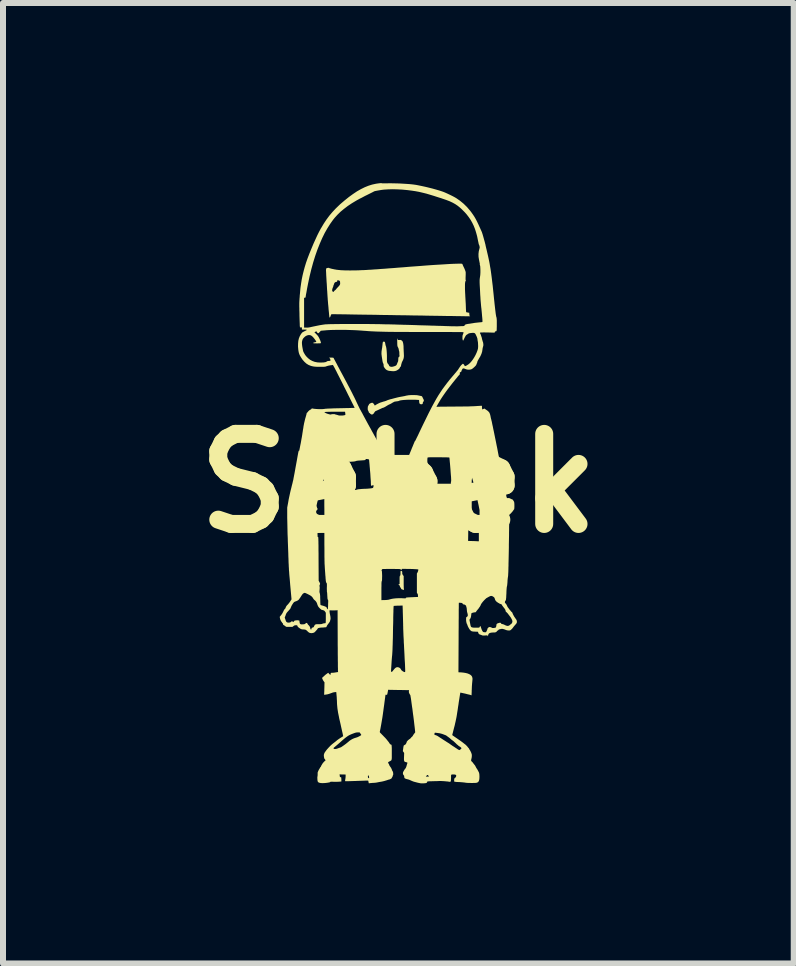
<source format=kicad_pcb>
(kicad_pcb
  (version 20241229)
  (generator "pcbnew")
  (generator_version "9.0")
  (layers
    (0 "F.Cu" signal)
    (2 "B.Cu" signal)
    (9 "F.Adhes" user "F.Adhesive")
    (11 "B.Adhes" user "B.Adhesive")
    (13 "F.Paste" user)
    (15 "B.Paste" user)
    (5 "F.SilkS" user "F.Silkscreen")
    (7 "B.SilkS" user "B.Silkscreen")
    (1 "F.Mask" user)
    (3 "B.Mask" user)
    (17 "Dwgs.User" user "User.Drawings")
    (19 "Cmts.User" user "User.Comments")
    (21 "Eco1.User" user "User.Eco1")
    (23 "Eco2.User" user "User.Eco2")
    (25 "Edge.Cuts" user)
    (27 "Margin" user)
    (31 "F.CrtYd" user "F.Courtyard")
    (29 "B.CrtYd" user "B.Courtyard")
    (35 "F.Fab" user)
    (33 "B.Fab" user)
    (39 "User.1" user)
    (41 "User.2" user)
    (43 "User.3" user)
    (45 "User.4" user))
  (footprint "Sebek"
    (layer "F.Cu")
    (at 3.586 4.999)
    (property "Reference" "Sebek" (at 0 0 0) (layer "F.SilkS") (effects (font (size 1.5 1.5) (thickness 0.3))))
    (attr board_only exclude_from_pos_files exclude_from_bom)
    (fp_poly (pts (xy 0.051 1.461) (xy 0.054 1.463) (xy 0.06 1.467) (xy 0.063 1.473) (xy 0.064 1.481) (xy 0.064 1.492) (xy 0.064 1.506) (xy 0.067 1.516) (xy 0.072 1.525) (xy 0.076 1.531) (xy 0.088 1.547) (xy 0.088 1.64) (xy 0.088 1.667) (xy 0.088 1.692) (xy 0.089 1.716) (xy 0.089 1.735) (xy 0.09 1.749) (xy 0.091 1.756) (xy 0.092 1.769) (xy 0.092 1.775) (xy 0.089 1.778) (xy 0.084 1.777) (xy 0.082 1.776) (xy 0.065 1.77) (xy 0.054 1.766) (xy 0.048 1.762) (xy 0.046 1.758) (xy 0.046 1.757) (xy 0.044 1.75) (xy 0.042 1.749) (xy 0.039 1.745) (xy 0.034 1.736) (xy 0.028 1.726) (xy 0.024 1.715) (xy 0.021 1.707) (xy 0.02 1.704) (xy 0.017 1.699) (xy 0.011 1.696) (xy 0.004 1.693) (xy 0.002 1.689) (xy 0.005 1.684) (xy 0.011 1.682) (xy 0.02 1.679) (xy 0.02 1.614) (xy 0.02 1.591) (xy 0.02 1.573) (xy 0.021 1.561) (xy 0.022 1.553) (xy 0.023 1.547) (xy 0.025 1.544) (xy 0.027 1.541) (xy 0.031 1.537) (xy 0.033 1.531) (xy 0.034 1.522) (xy 0.035 1.509) (xy 0.035 1.498) (xy 0.035 1.479) (xy 0.036 1.466) (xy 0.039 1.46) (xy 0.044 1.458)) (stroke (width 0) (type solid)) (fill yes) (layer "F.SilkS"))
    (fp_poly (pts (xy -0.013 -2.407) (xy -0.013 -2.403) (xy -0.012 -2.393) (xy -0.009 -2.388) (xy -0.002 -2.386) (xy 0.01 -2.386) (xy 0.016 -2.386) (xy 0.029 -2.387) (xy 0.038 -2.387) (xy 0.045 -2.384) (xy 0.053 -2.379) (xy 0.054 -2.378) (xy 0.063 -2.37) (xy 0.069 -2.362) (xy 0.071 -2.36) (xy 0.076 -2.344) (xy 0.081 -2.323) (xy 0.084 -2.299) (xy 0.086 -2.275) (xy 0.086 -2.269) (xy 0.086 -2.253) (xy 0.087 -2.231) (xy 0.088 -2.208) (xy 0.089 -2.183) (xy 0.09 -2.173) (xy 0.091 -2.145) (xy 0.092 -2.124) (xy 0.091 -2.106) (xy 0.089 -2.091) (xy 0.086 -2.077) (xy 0.081 -2.062) (xy 0.08 -2.06) (xy 0.075 -2.048) (xy 0.069 -2.037) (xy 0.068 -2.034) (xy 0.063 -2.025) (xy 0.057 -2.011) (xy 0.052 -1.993) (xy 0.047 -1.976) (xy 0.044 -1.959) (xy 0.044 -1.958) (xy 0.04 -1.945) (xy 0.032 -1.937) (xy 0.026 -1.93) (xy 0.024 -1.924) (xy 0.021 -1.916) (xy 0.012 -1.906) (xy -0.000359 -1.895) (xy -0.016 -1.885) (xy -0.028 -1.878) (xy -0.041 -1.873) (xy -0.054 -1.869) (xy -0.068 -1.867) (xy -0.085 -1.866) (xy -0.106 -1.867) (xy -0.133 -1.87) (xy -0.142 -1.87) (xy -0.169 -1.875) (xy -0.192 -1.884) (xy -0.21 -1.897) (xy -0.227 -1.916) (xy -0.233 -1.925) (xy -0.241 -1.938) (xy -0.245 -1.949) (xy -0.246 -1.961) (xy -0.246 -1.964) (xy -0.247 -1.976) (xy -0.248 -1.986) (xy -0.25 -1.989) (xy -0.258 -2.006) (xy -0.263 -2.024) (xy -0.267 -2.046) (xy -0.268 -2.054) (xy -0.271 -2.073) (xy -0.274 -2.093) (xy -0.277 -2.111) (xy -0.277 -2.113) (xy -0.282 -2.152) (xy -0.281 -2.192) (xy -0.277 -2.22) (xy -0.274 -2.24) (xy -0.27 -2.262) (xy -0.268 -2.282) (xy -0.268 -2.282) (xy -0.265 -2.307) (xy -0.263 -2.326) (xy -0.261 -2.34) (xy -0.259 -2.349) (xy -0.256 -2.355) (xy -0.252 -2.357) (xy -0.247 -2.358) (xy -0.24 -2.359) (xy -0.24 -2.359) (xy -0.232 -2.357) (xy -0.226 -2.352) (xy -0.222 -2.342) (xy -0.219 -2.326) (xy -0.218 -2.322) (xy -0.216 -2.309) (xy -0.213 -2.296) (xy -0.212 -2.293) (xy -0.205 -2.272) (xy -0.2 -2.244) (xy -0.196 -2.21) (xy -0.193 -2.171) (xy -0.191 -2.127) (xy -0.191 -2.09) (xy -0.191 -2.065) (xy -0.191 -2.044) (xy -0.19 -2.028) (xy -0.189 -2.017) (xy -0.188 -2.014) (xy -0.185 -2.009) (xy -0.184 -2.006) (xy -0.182 -2) (xy -0.176 -1.991) (xy -0.171 -1.986) (xy -0.163 -1.976) (xy -0.158 -1.966) (xy -0.156 -1.961) (xy -0.151 -1.952) (xy -0.14 -1.944) (xy -0.125 -1.94) (xy -0.114 -1.939) (xy -0.1 -1.94) (xy -0.083 -1.944) (xy -0.066 -1.949) (xy -0.051 -1.955) (xy -0.039 -1.961) (xy -0.037 -1.964) (xy -0.029 -1.973) (xy -0.024 -1.985) (xy -0.024 -1.986) (xy -0.019 -1.997) (xy -0.014 -2.011) (xy -0.011 -2.017) (xy -0.005 -2.031) (xy -0.003 -2.045) (xy -0.002 -2.062) (xy -0.001 -2.083) (xy 0.003 -2.098) (xy 0.009 -2.106) (xy 0.014 -2.109) (xy 0.018 -2.112) (xy 0.019 -2.117) (xy 0.018 -2.125) (xy 0.017 -2.136) (xy 0.016 -2.145) (xy 0.016 -2.145) (xy 0.016 -2.172) (xy 0.014 -2.193) (xy 0.011 -2.205) (xy 0.007 -2.217) (xy 0.006 -2.228) (xy 0.005 -2.231) (xy 0.004 -2.239) (xy -0.001 -2.251) (xy -0.006 -2.263) (xy -0.01 -2.27) (xy -0.013 -2.277) (xy -0.016 -2.284) (xy -0.017 -2.293) (xy -0.018 -2.305) (xy -0.019 -2.321) (xy -0.019 -2.343) (xy -0.019 -2.347) (xy -0.02 -2.372) (xy -0.02 -2.391) (xy -0.019 -2.403) (xy -0.018 -2.409) (xy -0.017 -2.41)) (stroke (width 0) (type solid)) (fill yes) (layer "F.SilkS"))
    (fp_poly (pts (xy 0.277 -1.468) (xy 0.303 -1.467) (xy 0.325 -1.464) (xy 0.338 -1.461) (xy 0.353 -1.458) (xy 0.365 -1.455) (xy 0.374 -1.454) (xy 0.374 -1.454) (xy 0.387 -1.451) (xy 0.397 -1.441) (xy 0.405 -1.425) (xy 0.409 -1.414) (xy 0.413 -1.407) (xy 0.415 -1.406) (xy 0.417 -1.402) (xy 0.42 -1.393) (xy 0.422 -1.386) (xy 0.424 -1.375) (xy 0.423 -1.368) (xy 0.42 -1.363) (xy 0.416 -1.36) (xy 0.409 -1.351) (xy 0.407 -1.34) (xy 0.407 -1.338) (xy 0.405 -1.326) (xy 0.4 -1.319) (xy 0.391 -1.316) (xy 0.381 -1.315) (xy 0.367 -1.317) (xy 0.357 -1.322) (xy 0.351 -1.332) (xy 0.347 -1.347) (xy 0.346 -1.36) (xy 0.344 -1.387) (xy 0.292 -1.39) (xy 0.271 -1.391) (xy 0.245 -1.391) (xy 0.217 -1.391) (xy 0.188 -1.391) (xy 0.168 -1.391) (xy 0.126 -1.389) (xy 0.092 -1.387) (xy 0.063 -1.384) (xy 0.04 -1.381) (xy 0.022 -1.377) (xy 0.009 -1.372) (xy 0.007 -1.371) (xy -0.001 -1.368) (xy -0.013 -1.366) (xy -0.028 -1.364) (xy -0.035 -1.363) (xy -0.05 -1.361) (xy -0.062 -1.359) (xy -0.072 -1.355) (xy -0.083 -1.349) (xy -0.098 -1.341) (xy -0.1 -1.34) (xy -0.114 -1.331) (xy -0.127 -1.324) (xy -0.136 -1.319) (xy -0.14 -1.317) (xy -0.147 -1.314) (xy -0.157 -1.31) (xy -0.17 -1.303) (xy -0.187 -1.293) (xy -0.208 -1.28) (xy -0.223 -1.271) (xy -0.237 -1.264) (xy -0.25 -1.258) (xy -0.254 -1.257) (xy -0.265 -1.254) (xy -0.273 -1.251) (xy -0.275 -1.25) (xy -0.282 -1.246) (xy -0.295 -1.24) (xy -0.313 -1.232) (xy -0.334 -1.222) (xy -0.358 -1.211) (xy -0.358 -1.211) (xy -0.372 -1.205) (xy -0.382 -1.2) (xy -0.388 -1.196) (xy -0.389 -1.195) (xy -0.391 -1.191) (xy -0.396 -1.184) (xy -0.399 -1.18) (xy -0.406 -1.172) (xy -0.41 -1.165) (xy -0.41 -1.163) (xy -0.413 -1.159) (xy -0.421 -1.153) (xy -0.429 -1.148) (xy -0.437 -1.144) (xy -0.44 -1.144) (xy -0.447 -1.145) (xy -0.456 -1.149) (xy -0.456 -1.149) (xy -0.466 -1.155) (xy -0.472 -1.162) (xy -0.48 -1.169) (xy -0.486 -1.173) (xy -0.492 -1.179) (xy -0.495 -1.19) (xy -0.499 -1.201) (xy -0.504 -1.21) (xy -0.504 -1.21) (xy -0.508 -1.216) (xy -0.51 -1.224) (xy -0.511 -1.237) (xy -0.511 -1.247) (xy -0.51 -1.263) (xy -0.509 -1.274) (xy -0.507 -1.282) (xy -0.502 -1.291) (xy -0.501 -1.293) (xy -0.495 -1.302) (xy -0.491 -1.309) (xy -0.491 -1.311) (xy -0.487 -1.318) (xy -0.479 -1.325) (xy -0.467 -1.331) (xy -0.454 -1.337) (xy -0.441 -1.34) (xy -0.435 -1.341) (xy -0.428 -1.338) (xy -0.419 -1.331) (xy -0.41 -1.321) (xy -0.403 -1.311) (xy -0.399 -1.304) (xy -0.394 -1.295) (xy -0.39 -1.294) (xy -0.387 -1.297) (xy -0.382 -1.301) (xy -0.372 -1.308) (xy -0.358 -1.315) (xy -0.342 -1.324) (xy -0.326 -1.332) (xy -0.311 -1.339) (xy -0.298 -1.344) (xy -0.29 -1.347) (xy -0.278 -1.35) (xy -0.267 -1.354) (xy -0.263 -1.355) (xy -0.255 -1.358) (xy -0.244 -1.361) (xy -0.232 -1.364) (xy -0.216 -1.369) (xy -0.2 -1.375) (xy -0.19 -1.379) (xy -0.18 -1.384) (xy -0.164 -1.389) (xy -0.145 -1.395) (xy -0.125 -1.401) (xy -0.122 -1.401) (xy -0.099 -1.407) (xy -0.074 -1.414) (xy -0.05 -1.42) (xy -0.031 -1.425) (xy -0.01 -1.43) (xy 0.012 -1.435) (xy 0.033 -1.439) (xy 0.044 -1.441) (xy 0.061 -1.444) (xy 0.078 -1.447) (xy 0.092 -1.45) (xy 0.095 -1.45) (xy 0.107 -1.453) (xy 0.124 -1.457) (xy 0.141 -1.461) (xy 0.145 -1.461) (xy 0.165 -1.465) (xy 0.191 -1.467) (xy 0.219 -1.469) (xy 0.248 -1.469)) (stroke (width 0) (type solid)) (fill yes) (layer "F.SilkS"))
    (fp_poly (pts (xy 1.043 -3.657) (xy 1.056 -3.656) (xy 1.059 -3.655) (xy 1.065 -3.652) (xy 1.067 -3.648) (xy 1.069 -3.643) (xy 1.073 -3.633) (xy 1.079 -3.619) (xy 1.085 -3.606) (xy 1.094 -3.588) (xy 1.103 -3.568) (xy 1.11 -3.55) (xy 1.113 -3.542) (xy 1.117 -3.531) (xy 1.119 -3.523) (xy 1.121 -3.514) (xy 1.121 -3.504) (xy 1.121 -3.492) (xy 1.121 -3.475) (xy 1.12 -3.452) (xy 1.12 -3.448) (xy 1.119 -3.424) (xy 1.119 -3.406) (xy 1.119 -3.394) (xy 1.12 -3.386) (xy 1.121 -3.381) (xy 1.122 -3.38) (xy 1.125 -3.377) (xy 1.122 -3.373) (xy 1.121 -3.372) (xy 1.117 -3.365) (xy 1.113 -3.351) (xy 1.11 -3.331) (xy 1.109 -3.304) (xy 1.109 -3.27) (xy 1.109 -3.23) (xy 1.111 -3.182) (xy 1.114 -3.128) (xy 1.114 -3.122) (xy 1.116 -3.088) (xy 1.118 -3.053) (xy 1.12 -3.018) (xy 1.122 -2.985) (xy 1.123 -2.956) (xy 1.124 -2.931) (xy 1.124 -2.923) (xy 1.125 -2.901) (xy 1.126 -2.881) (xy 1.127 -2.866) (xy 1.128 -2.855) (xy 1.129 -2.85) (xy 1.129 -2.849) (xy 1.134 -2.848) (xy 1.144 -2.846) (xy 1.156 -2.843) (xy 1.18 -2.839) (xy 1.182 -2.812) (xy 1.184 -2.797) (xy 1.186 -2.789) (xy 1.189 -2.786) (xy 1.19 -2.786) (xy 1.194 -2.784) (xy 1.195 -2.783) (xy 1.191 -2.782) (xy 1.182 -2.781) (xy 1.168 -2.781) (xy 1.15 -2.781) (xy 1.143 -2.781) (xy 1.133 -2.781) (xy 1.116 -2.781) (xy 1.093 -2.782) (xy 1.064 -2.782) (xy 1.029 -2.783) (xy 0.99 -2.783) (xy 0.947 -2.784) (xy 0.899 -2.785) (xy 0.848 -2.786) (xy 0.794 -2.786) (xy 0.738 -2.787) (xy 0.68 -2.788) (xy 0.62 -2.789) (xy 0.607 -2.789) (xy 0.542 -2.79) (xy 0.471 -2.791) (xy 0.394 -2.793) (xy 0.313 -2.794) (xy 0.229 -2.795) (xy 0.142 -2.797) (xy 0.054 -2.798) (xy -0.033 -2.799) (xy -0.12 -2.801) (xy -0.206 -2.802) (xy -0.288 -2.803) (xy -0.367 -2.805) (xy -0.434 -2.806) (xy -0.517 -2.807) (xy -0.593 -2.808) (xy -0.662 -2.809) (xy -0.725 -2.81) (xy -0.782 -2.811) (xy -0.833 -2.812) (xy -0.878 -2.813) (xy -0.918 -2.813) (xy -0.954 -2.814) (xy -0.985 -2.814) (xy -1.012 -2.814) (xy -1.035 -2.815) (xy -1.054 -2.815) (xy -1.07 -2.815) (xy -1.083 -2.815) (xy -1.094 -2.815) (xy -1.102 -2.815) (xy -1.108 -2.814) (xy -1.112 -2.814) (xy -1.115 -2.814) (xy -1.117 -2.813) (xy -1.118 -2.813) (xy -1.121 -2.809) (xy -1.125 -2.799) (xy -1.129 -2.787) (xy -1.13 -2.785) (xy -1.135 -2.771) (xy -1.141 -2.762) (xy -1.145 -2.76) (xy -1.149 -2.764) (xy -1.149 -2.765) (xy -1.15 -2.769) (xy -1.151 -2.78) (xy -1.153 -2.797) (xy -1.155 -2.818) (xy -1.157 -2.842) (xy -1.16 -2.869) (xy -1.163 -2.899) (xy -1.165 -2.929) (xy -1.168 -2.959) (xy -1.171 -2.988) (xy -1.173 -3.015) (xy -1.175 -3.039) (xy -1.177 -3.059) (xy -1.178 -3.08) (xy -1.18 -3.106) (xy -1.182 -3.136) (xy -1.184 -3.169) (xy -1.186 -3.204) (xy -1.187 -3.21) (xy -1.103 -3.21) (xy -1.102 -3.202) (xy -1.099 -3.197) (xy -1.096 -3.194) (xy -1.086 -3.188) (xy -1.078 -3.188) (xy -1.073 -3.194) (xy -1.073 -3.196) (xy -1.069 -3.203) (xy -1.06 -3.211) (xy -1.058 -3.212) (xy -1.047 -3.221) (xy -1.038 -3.231) (xy -1.037 -3.232) (xy -1.029 -3.243) (xy -1.02 -3.253) (xy -1.02 -3.253) (xy -1.002 -3.272) (xy -0.989 -3.286) (xy -0.98 -3.298) (xy -0.974 -3.308) (xy -0.971 -3.318) (xy -0.97 -3.328) (xy -0.971 -3.34) (xy -0.971 -3.343) (xy -0.972 -3.357) (xy -0.975 -3.365) (xy -0.978 -3.37) (xy -0.983 -3.374) (xy -0.994 -3.378) (xy -1.006 -3.38) (xy -1.007 -3.38) (xy -1.015 -3.38) (xy -1.019 -3.377) (xy -1.02 -3.369) (xy -1.02 -3.367) (xy -1.02 -3.359) (xy -1.023 -3.355) (xy -1.031 -3.355) (xy -1.032 -3.355) (xy -1.044 -3.352) (xy -1.056 -3.345) (xy -1.065 -3.336) (xy -1.07 -3.325) (xy -1.071 -3.322) (xy -1.072 -3.313) (xy -1.076 -3.308) (xy -1.079 -3.302) (xy -1.082 -3.292) (xy -1.083 -3.288) (xy -1.086 -3.274) (xy -1.092 -3.26) (xy -1.093 -3.258) (xy -1.099 -3.242) (xy -1.103 -3.223) (xy -1.103 -3.21) (xy -1.187 -3.21) (xy -1.189 -3.242) (xy -1.191 -3.28) (xy -1.193 -3.319) (xy -1.196 -3.357) (xy -1.198 -3.394) (xy -1.2 -3.428) (xy -1.202 -3.46) (xy -1.203 -3.487) (xy -1.204 -3.511) (xy -1.205 -3.529) (xy -1.206 -3.54) (xy -1.206 -3.544) (xy -1.205 -3.56) (xy -1.203 -3.572) (xy -1.201 -3.578) (xy -1.195 -3.582) (xy -1.185 -3.585) (xy -1.174 -3.587) (xy -1.164 -3.588) (xy -1.156 -3.587) (xy -1.155 -3.586) (xy -1.151 -3.583) (xy -1.14 -3.58) (xy -1.125 -3.576) (xy -1.107 -3.571) (xy -1.086 -3.567) (xy -1.065 -3.562) (xy -1.045 -3.559) (xy -1.038 -3.557) (xy -1.012 -3.554) (xy -0.984 -3.551) (xy -0.956 -3.548) (xy -0.924 -3.547) (xy -0.889 -3.545) (xy -0.848 -3.545) (xy -0.802 -3.544) (xy -0.799 -3.544) (xy -0.769 -3.545) (xy -0.74 -3.545) (xy -0.71 -3.545) (xy -0.679 -3.546) (xy -0.646 -3.547) (xy -0.612 -3.549) (xy -0.576 -3.55) (xy -0.537 -3.552) (xy -0.496 -3.555) (xy -0.45 -3.557) (xy -0.401 -3.561) (xy -0.348 -3.564) (xy -0.29 -3.569) (xy -0.226 -3.573) (xy -0.157 -3.579) (xy -0.082 -3.584) (xy -0.001 -3.591) (xy 0.084 -3.597) (xy 0.188 -3.606) (xy 0.287 -3.613) (xy 0.38 -3.62) (xy 0.468 -3.627) (xy 0.551 -3.633) (xy 0.628 -3.638) (xy 0.699 -3.642) (xy 0.764 -3.646) (xy 0.824 -3.65) (xy 0.877 -3.653) (xy 0.923 -3.655) (xy 0.963 -3.656) (xy 0.997 -3.657) (xy 1.024 -3.657)) (stroke (width 0) (type solid)) (fill yes) (layer "F.SilkS"))
    (fp_poly (pts (xy -0.28 -4.998) (xy -0.278 -4.997) (xy -0.273 -4.996) (xy -0.261 -4.995) (xy -0.241 -4.995) (xy -0.214 -4.995) (xy -0.205 -4.995) (xy -0.163 -4.996) (xy -0.117 -4.996) (xy -0.068 -4.995) (xy -0.017 -4.994) (xy 0.034 -4.992) (xy 0.085 -4.989) (xy 0.134 -4.986) (xy 0.179 -4.983) (xy 0.22 -4.979) (xy 0.255 -4.975) (xy 0.261 -4.974) (xy 0.297 -4.969) (xy 0.337 -4.961) (xy 0.381 -4.952) (xy 0.428 -4.942) (xy 0.476 -4.931) (xy 0.524 -4.919) (xy 0.572 -4.907) (xy 0.618 -4.894) (xy 0.66 -4.882) (xy 0.699 -4.87) (xy 0.732 -4.859) (xy 0.757 -4.85) (xy 0.785 -4.838) (xy 0.816 -4.824) (xy 0.848 -4.809) (xy 0.879 -4.794) (xy 0.909 -4.779) (xy 0.935 -4.765) (xy 0.956 -4.753) (xy 0.96 -4.751) (xy 1.025 -4.706) (xy 1.086 -4.656) (xy 1.143 -4.6) (xy 1.196 -4.538) (xy 1.215 -4.513) (xy 1.242 -4.475) (xy 1.267 -4.437) (xy 1.29 -4.397) (xy 1.312 -4.354) (xy 1.335 -4.306) (xy 1.351 -4.27) (xy 1.361 -4.249) (xy 1.37 -4.228) (xy 1.378 -4.211) (xy 1.384 -4.197) (xy 1.388 -4.189) (xy 1.388 -4.188) (xy 1.391 -4.181) (xy 1.395 -4.168) (xy 1.401 -4.151) (xy 1.407 -4.13) (xy 1.414 -4.106) (xy 1.421 -4.081) (xy 1.428 -4.055) (xy 1.435 -4.031) (xy 1.441 -4.008) (xy 1.446 -3.988) (xy 1.45 -3.973) (xy 1.452 -3.963) (xy 1.452 -3.962) (xy 1.453 -3.956) (xy 1.456 -3.943) (xy 1.46 -3.926) (xy 1.465 -3.905) (xy 1.471 -3.881) (xy 1.474 -3.867) (xy 1.484 -3.824) (xy 1.494 -3.781) (xy 1.503 -3.739) (xy 1.512 -3.697) (xy 1.52 -3.655) (xy 1.527 -3.611) (xy 1.535 -3.566) (xy 1.542 -3.518) (xy 1.549 -3.466) (xy 1.556 -3.412) (xy 1.563 -3.352) (xy 1.571 -3.288) (xy 1.578 -3.218) (xy 1.586 -3.142) (xy 1.592 -3.081) (xy 1.598 -3.026) (xy 1.603 -2.977) (xy 1.608 -2.934) (xy 1.612 -2.898) (xy 1.616 -2.866) (xy 1.619 -2.84) (xy 1.622 -2.818) (xy 1.625 -2.799) (xy 1.628 -2.784) (xy 1.63 -2.772) (xy 1.633 -2.764) (xy 1.635 -2.756) (xy 1.636 -2.748) (xy 1.637 -2.738) (xy 1.638 -2.727) (xy 1.639 -2.712) (xy 1.639 -2.692) (xy 1.639 -2.668) (xy 1.639 -2.639) (xy 1.639 -2.608) (xy 1.638 -2.583) (xy 1.638 -2.565) (xy 1.637 -2.551) (xy 1.635 -2.542) (xy 1.633 -2.536) (xy 1.63 -2.532) (xy 1.627 -2.531) (xy 1.622 -2.53) (xy 1.619 -2.53) (xy 1.611 -2.528) (xy 1.606 -2.519) (xy 1.602 -2.508) (xy 1.492 -2.511) (xy 1.464 -2.511) (xy 1.437 -2.512) (xy 1.414 -2.512) (xy 1.394 -2.511) (xy 1.379 -2.511) (xy 1.37 -2.511) (xy 1.369 -2.51) (xy 1.361 -2.508) (xy 1.358 -2.504) (xy 1.36 -2.497) (xy 1.366 -2.487) (xy 1.367 -2.485) (xy 1.371 -2.478) (xy 1.372 -2.472) (xy 1.372 -2.472) (xy 1.372 -2.468) (xy 1.373 -2.468) (xy 1.376 -2.465) (xy 1.377 -2.459) (xy 1.378 -2.452) (xy 1.38 -2.448) (xy 1.382 -2.444) (xy 1.385 -2.435) (xy 1.389 -2.422) (xy 1.39 -2.416) (xy 1.393 -2.402) (xy 1.396 -2.389) (xy 1.399 -2.381) (xy 1.399 -2.38) (xy 1.402 -2.371) (xy 1.403 -2.367) (xy 1.405 -2.359) (xy 1.406 -2.356) (xy 1.409 -2.351) (xy 1.411 -2.341) (xy 1.413 -2.328) (xy 1.414 -2.325) (xy 1.415 -2.309) (xy 1.415 -2.297) (xy 1.413 -2.285) (xy 1.41 -2.276) (xy 1.406 -2.26) (xy 1.402 -2.242) (xy 1.401 -2.233) (xy 1.395 -2.193) (xy 1.384 -2.157) (xy 1.369 -2.123) (xy 1.362 -2.109) (xy 1.346 -2.083) (xy 1.334 -2.062) (xy 1.325 -2.046) (xy 1.319 -2.034) (xy 1.316 -2.027) (xy 1.315 -2.023) (xy 1.314 -2.016) (xy 1.31 -2.004) (xy 1.304 -1.991) (xy 1.299 -1.977) (xy 1.293 -1.966) (xy 1.289 -1.96) (xy 1.283 -1.953) (xy 1.28 -1.95) (xy 1.27 -1.94) (xy 1.258 -1.929) (xy 1.246 -1.918) (xy 1.234 -1.909) (xy 1.225 -1.903) (xy 1.22 -1.9) (xy 1.21 -1.897) (xy 1.203 -1.895) (xy 1.195 -1.893) (xy 1.183 -1.892) (xy 1.17 -1.892) (xy 1.158 -1.892) (xy 1.147 -1.893) (xy 1.135 -1.896) (xy 1.12 -1.901) (xy 1.101 -1.909) (xy 1.098 -1.91) (xy 1.084 -1.913) (xy 1.072 -1.91) (xy 1.064 -1.9) (xy 1.063 -1.897) (xy 1.059 -1.889) (xy 1.056 -1.885) (xy 1.055 -1.884) (xy 1.053 -1.881) (xy 1.053 -1.874) (xy 1.05 -1.864) (xy 1.042 -1.855) (xy 1.033 -1.849) (xy 1.028 -1.848) (xy 1.025 -1.847) (xy 1.023 -1.844) (xy 1.023 -1.836) (xy 1.023 -1.826) (xy 1.022 -1.815) (xy 1.016 -1.806) (xy 1.014 -1.804) (xy 1.005 -1.795) (xy 0.995 -1.784) (xy 0.992 -1.781) (xy 0.986 -1.772) (xy 0.976 -1.76) (xy 0.964 -1.745) (xy 0.951 -1.73) (xy 0.948 -1.726) (xy 0.902 -1.669) (xy 0.861 -1.616) (xy 0.823 -1.567) (xy 0.79 -1.522) (xy 0.759 -1.478) (xy 0.731 -1.437) (xy 0.704 -1.396) (xy 0.68 -1.355) (xy 0.656 -1.314) (xy 0.649 -1.301) (xy 0.633 -1.273) (xy 0.671 -1.274) (xy 0.681 -1.274) (xy 0.697 -1.275) (xy 0.72 -1.275) (xy 0.748 -1.275) (xy 0.78 -1.275) (xy 0.815 -1.276) (xy 0.854 -1.276) (xy 0.895 -1.276) (xy 0.937 -1.276) (xy 0.95 -1.277) (xy 1.015 -1.277) (xy 1.073 -1.278) (xy 1.125 -1.279) (xy 1.169 -1.279) (xy 1.208 -1.281) (xy 1.241 -1.282) (xy 1.268 -1.283) (xy 1.275 -1.284) (xy 1.3 -1.285) (xy 1.323 -1.287) (xy 1.344 -1.288) (xy 1.361 -1.289) (xy 1.372 -1.29) (xy 1.375 -1.29) (xy 1.392 -1.29) (xy 1.392 -1.276) (xy 1.392 -1.263) (xy 1.394 -1.248) (xy 1.394 -1.245) (xy 1.396 -1.229) (xy 1.414 -1.236) (xy 1.432 -1.244) (xy 1.466 -1.221) (xy 1.486 -1.207) (xy 1.501 -1.193) (xy 1.513 -1.179) (xy 1.521 -1.163) (xy 1.528 -1.143) (xy 1.534 -1.118) (xy 1.536 -1.106) (xy 1.539 -1.091) (xy 1.542 -1.078) (xy 1.544 -1.069) (xy 1.545 -1.067) (xy 1.547 -1.062) (xy 1.549 -1.05) (xy 1.554 -1.032) (xy 1.559 -1.008) (xy 1.565 -0.977) (xy 1.573 -0.942) (xy 1.581 -0.901) (xy 1.591 -0.855) (xy 1.601 -0.805) (xy 1.612 -0.751) (xy 1.624 -0.693) (xy 1.636 -0.632) (xy 1.646 -0.584) (xy 1.651 -0.557) (xy 1.657 -0.525) (xy 1.664 -0.488) (xy 1.672 -0.447) (xy 1.681 -0.404) (xy 1.689 -0.359) (xy 1.698 -0.314) (xy 1.706 -0.271) (xy 1.709 -0.254) (xy 1.716 -0.214) (xy 1.724 -0.177) (xy 1.73 -0.142) (xy 1.737 -0.11) (xy 1.742 -0.081) (xy 1.747 -0.058) (xy 1.751 -0.039) (xy 1.753 -0.026) (xy 1.755 -0.02) (xy 1.758 -0.007) (xy 1.762 0.009) (xy 1.766 0.028) (xy 1.768 0.036) (xy 1.772 0.055) (xy 1.776 0.074) (xy 1.78 0.089) (xy 1.781 0.095) (xy 1.783 0.107) (xy 1.786 0.124) (xy 1.789 0.144) (xy 1.791 0.165) (xy 1.792 0.168) (xy 1.795 0.195) (xy 1.798 0.215) (xy 1.801 0.23) (xy 1.805 0.239) (xy 1.81 0.245) (xy 1.817 0.248) (xy 1.825 0.248) (xy 1.829 0.247) (xy 1.838 0.247) (xy 1.848 0.248) (xy 1.859 0.253) (xy 1.871 0.259) (xy 1.884 0.265) (xy 1.894 0.269) (xy 1.9 0.272) (xy 1.901 0.272) (xy 1.906 0.275) (xy 1.911 0.281) (xy 1.914 0.288) (xy 1.914 0.288) (xy 1.915 0.293) (xy 1.917 0.294) (xy 1.92 0.297) (xy 1.924 0.304) (xy 1.926 0.308) (xy 1.928 0.315) (xy 1.93 0.324) (xy 1.931 0.337) (xy 1.932 0.355) (xy 1.932 0.377) (xy 1.932 0.396) (xy 1.931 0.412) (xy 1.93 0.425) (xy 1.929 0.432) (xy 1.929 0.433) (xy 1.925 0.436) (xy 1.92 0.444) (xy 1.912 0.455) (xy 1.912 0.455) (xy 1.904 0.467) (xy 1.891 0.482) (xy 1.878 0.497) (xy 1.871 0.504) (xy 1.843 0.531) (xy 1.845 0.555) (xy 1.845 0.563) (xy 1.846 0.577) (xy 1.846 0.598) (xy 1.845 0.624) (xy 1.845 0.655) (xy 1.845 0.69) (xy 1.844 0.73) (xy 1.844 0.773) (xy 1.843 0.818) (xy 1.843 0.866) (xy 1.842 0.916) (xy 1.841 0.966) (xy 1.84 1.018) (xy 1.84 1.069) (xy 1.839 1.119) (xy 1.838 1.169) (xy 1.837 1.217) (xy 1.836 1.262) (xy 1.835 1.305) (xy 1.834 1.344) (xy 1.834 1.38) (xy 1.833 1.391) (xy 1.832 1.438) (xy 1.831 1.477) (xy 1.829 1.51) (xy 1.828 1.536) (xy 1.826 1.554) (xy 1.824 1.566) (xy 1.822 1.579) (xy 1.82 1.597) (xy 1.818 1.618) (xy 1.817 1.64) (xy 1.817 1.645) (xy 1.815 1.669) (xy 1.813 1.689) (xy 1.811 1.705) (xy 1.809 1.715) (xy 1.806 1.725) (xy 1.804 1.742) (xy 1.802 1.766) (xy 1.8 1.796) (xy 1.8 1.799) (xy 1.799 1.836) (xy 1.797 1.866) (xy 1.796 1.89) (xy 1.795 1.91) (xy 1.793 1.924) (xy 1.792 1.935) (xy 1.791 1.943) (xy 1.789 1.948) (xy 1.787 1.952) (xy 1.786 1.953) (xy 1.777 1.966) (xy 1.774 1.979) (xy 1.775 1.991) (xy 1.782 2) (xy 1.785 2.002) (xy 1.791 2.008) (xy 1.799 2.02) (xy 1.807 2.036) (xy 1.808 2.037) (xy 1.814 2.051) (xy 1.82 2.062) (xy 1.824 2.069) (xy 1.825 2.07) (xy 1.829 2.074) (xy 1.835 2.082) (xy 1.837 2.085) (xy 1.844 2.095) (xy 1.851 2.104) (xy 1.852 2.105) (xy 1.863 2.118) (xy 1.872 2.128) (xy 1.876 2.135) (xy 1.877 2.136) (xy 1.88 2.139) (xy 1.886 2.143) (xy 1.894 2.15) (xy 1.899 2.161) (xy 1.911 2.189) (xy 1.928 2.22) (xy 1.949 2.251) (xy 1.96 2.266) (xy 1.968 2.279) (xy 1.973 2.296) (xy 1.973 2.301) (xy 1.974 2.314) (xy 1.97 2.328) (xy 1.961 2.342) (xy 1.947 2.358) (xy 1.942 2.364) (xy 1.93 2.377) (xy 1.919 2.391) (xy 1.912 2.401) (xy 1.893 2.425) (xy 1.874 2.442) (xy 1.863 2.45) (xy 1.851 2.453) (xy 1.834 2.453) (xy 1.816 2.451) (xy 1.796 2.446) (xy 1.793 2.445) (xy 1.771 2.436) (xy 1.754 2.431) (xy 1.741 2.427) (xy 1.73 2.426) (xy 1.719 2.426) (xy 1.707 2.428) (xy 1.701 2.43) (xy 1.686 2.433) (xy 1.676 2.436) (xy 1.67 2.439) (xy 1.666 2.444) (xy 1.663 2.448) (xy 1.658 2.454) (xy 1.653 2.455) (xy 1.647 2.457) (xy 1.642 2.464) (xy 1.642 2.465) (xy 1.633 2.475) (xy 1.621 2.482) (xy 1.604 2.486) (xy 1.588 2.486) (xy 1.559 2.487) (xy 1.536 2.491) (xy 1.519 2.496) (xy 1.507 2.505) (xy 1.499 2.517) (xy 1.495 2.531) (xy 1.493 2.541) (xy 1.491 2.547) (xy 1.488 2.549) (xy 1.487 2.544) (xy 1.487 2.541) (xy 1.486 2.538) (xy 1.485 2.536) (xy 1.48 2.535) (xy 1.472 2.534) (xy 1.458 2.535) (xy 1.445 2.536) (xy 1.426 2.537) (xy 1.412 2.537) (xy 1.403 2.536) (xy 1.395 2.534) (xy 1.39 2.532) (xy 1.378 2.527) (xy 1.364 2.522) (xy 1.358 2.52) (xy 1.348 2.516) (xy 1.341 2.511) (xy 1.336 2.504) (xy 1.332 2.494) (xy 1.324 2.474) (xy 1.275 2.472) (xy 1.253 2.471) (xy 1.237 2.469) (xy 1.225 2.467) (xy 1.216 2.463) (xy 1.208 2.458) (xy 1.199 2.45) (xy 1.196 2.446) (xy 1.188 2.437) (xy 1.18 2.425) (xy 1.171 2.41) (xy 1.163 2.395) (xy 1.156 2.381) (xy 1.152 2.371) (xy 1.151 2.366) (xy 1.149 2.359) (xy 1.146 2.353) (xy 1.138 2.337) (xy 1.132 2.315) (xy 1.128 2.29) (xy 1.128 2.274) (xy 1.184 2.274) (xy 1.185 2.279) (xy 1.186 2.29) (xy 1.189 2.304) (xy 1.192 2.32) (xy 1.195 2.336) (xy 1.198 2.351) (xy 1.2 2.363) (xy 1.202 2.37) (xy 1.205 2.381) (xy 1.21 2.39) (xy 1.216 2.397) (xy 1.226 2.401) (xy 1.24 2.404) (xy 1.259 2.406) (xy 1.284 2.406) (xy 1.294 2.406) (xy 1.316 2.406) (xy 1.331 2.406) (xy 1.342 2.404) (xy 1.349 2.402) (xy 1.353 2.398) (xy 1.355 2.393) (xy 1.357 2.387) (xy 1.36 2.379) (xy 1.364 2.379) (xy 1.369 2.385) (xy 1.373 2.395) (xy 1.381 2.419) (xy 1.389 2.441) (xy 1.398 2.459) (xy 1.402 2.465) (xy 1.407 2.473) (xy 1.414 2.478) (xy 1.424 2.481) (xy 1.438 2.482) (xy 1.443 2.482) (xy 1.454 2.482) (xy 1.46 2.48) (xy 1.464 2.474) (xy 1.467 2.467) (xy 1.476 2.449) (xy 1.481 2.436) (xy 1.483 2.427) (xy 1.483 2.425) (xy 1.485 2.419) (xy 1.492 2.411) (xy 1.495 2.407) (xy 1.507 2.398) (xy 1.522 2.395) (xy 1.539 2.399) (xy 1.551 2.404) (xy 1.562 2.41) (xy 1.572 2.412) (xy 1.583 2.412) (xy 1.591 2.411) (xy 1.603 2.409) (xy 1.614 2.407) (xy 1.618 2.406) (xy 1.623 2.4) (xy 1.628 2.389) (xy 1.631 2.375) (xy 1.633 2.361) (xy 1.633 2.361) (xy 1.634 2.351) (xy 1.639 2.343) (xy 1.645 2.339) (xy 1.655 2.333) (xy 1.666 2.33) (xy 1.668 2.329) (xy 1.677 2.328) (xy 1.683 2.325) (xy 1.69 2.323) (xy 1.699 2.324) (xy 1.707 2.329) (xy 1.711 2.335) (xy 1.714 2.341) (xy 1.721 2.344) (xy 1.73 2.346) (xy 1.744 2.349) (xy 1.759 2.355) (xy 1.766 2.358) (xy 1.788 2.369) (xy 1.807 2.375) (xy 1.822 2.377) (xy 1.836 2.374) (xy 1.849 2.367) (xy 1.85 2.367) (xy 1.859 2.36) (xy 1.867 2.353) (xy 1.869 2.35) (xy 1.875 2.345) (xy 1.879 2.344) (xy 1.884 2.342) (xy 1.884 2.34) (xy 1.886 2.335) (xy 1.892 2.327) (xy 1.892 2.327) (xy 1.898 2.313) (xy 1.899 2.296) (xy 1.893 2.276) (xy 1.885 2.261) (xy 1.878 2.247) (xy 1.87 2.234) (xy 1.864 2.225) (xy 1.863 2.225) (xy 1.858 2.218) (xy 1.849 2.206) (xy 1.839 2.193) (xy 1.832 2.184) (xy 1.822 2.17) (xy 1.811 2.159) (xy 1.803 2.15) (xy 1.8 2.148) (xy 1.79 2.139) (xy 1.785 2.128) (xy 1.785 2.119) (xy 1.784 2.115) (xy 1.782 2.11) (xy 1.777 2.102) (xy 1.77 2.09) (xy 1.758 2.075) (xy 1.743 2.055) (xy 1.735 2.045) (xy 1.728 2.035) (xy 1.724 2.026) (xy 1.718 2.018) (xy 1.706 2.013) (xy 1.702 2.012) (xy 1.691 2.008) (xy 1.682 2.004) (xy 1.68 2.002) (xy 1.674 1.998) (xy 1.672 1.997) (xy 1.667 1.995) (xy 1.659 1.99) (xy 1.649 1.983) (xy 1.64 1.977) (xy 1.633 1.971) (xy 1.631 1.969) (xy 1.626 1.963) (xy 1.621 1.958) (xy 1.617 1.952) (xy 1.611 1.941) (xy 1.607 1.927) (xy 1.607 1.927) (xy 1.602 1.914) (xy 1.597 1.904) (xy 1.592 1.899) (xy 1.592 1.899) (xy 1.584 1.893) (xy 1.581 1.891) (xy 1.569 1.883) (xy 1.554 1.878) (xy 1.544 1.877) (xy 1.533 1.879) (xy 1.517 1.886) (xy 1.5 1.895) (xy 1.486 1.903) (xy 1.475 1.909) (xy 1.468 1.913) (xy 1.466 1.914) (xy 1.463 1.916) (xy 1.456 1.923) (xy 1.445 1.933) (xy 1.433 1.945) (xy 1.432 1.946) (xy 1.418 1.961) (xy 1.404 1.977) (xy 1.392 1.993) (xy 1.381 2.008) (xy 1.374 2.021) (xy 1.37 2.03) (xy 1.37 2.032) (xy 1.368 2.037) (xy 1.363 2.045) (xy 1.363 2.045) (xy 1.358 2.053) (xy 1.355 2.059) (xy 1.354 2.063) (xy 1.353 2.063) (xy 1.349 2.066) (xy 1.344 2.073) (xy 1.343 2.075) (xy 1.336 2.086) (xy 1.328 2.096) (xy 1.317 2.109) (xy 1.315 2.111) (xy 1.307 2.121) (xy 1.299 2.132) (xy 1.297 2.135) (xy 1.292 2.143) (xy 1.287 2.148) (xy 1.28 2.15) (xy 1.268 2.151) (xy 1.266 2.151) (xy 1.25 2.154) (xy 1.235 2.158) (xy 1.229 2.16) (xy 1.215 2.168) (xy 1.213 2.195) (xy 1.209 2.221) (xy 1.204 2.241) (xy 1.196 2.257) (xy 1.192 2.261) (xy 1.187 2.269) (xy 1.184 2.274) (xy 1.184 2.274) (xy 1.128 2.274) (xy 1.127 2.268) (xy 1.128 2.252) (xy 1.128 2.241) (xy 1.13 2.235) (xy 1.132 2.232) (xy 1.135 2.23) (xy 1.142 2.225) (xy 1.15 2.218) (xy 1.154 2.211) (xy 1.156 2.201) (xy 1.155 2.187) (xy 1.151 2.168) (xy 1.147 2.155) (xy 1.143 2.138) (xy 1.141 2.12) (xy 1.14 2.109) (xy 1.139 2.094) (xy 1.137 2.078) (xy 1.135 2.07) (xy 1.131 2.059) (xy 1.129 2.049) (xy 1.129 2.046) (xy 1.126 2.038) (xy 1.121 2.034) (xy 1.112 2.029) (xy 1.108 2.025) (xy 1.101 2.021) (xy 1.09 2.019) (xy 1.09 2.019) (xy 1.081 2.018) (xy 1.075 2.013) (xy 1.071 2.007) (xy 1.066 2.001) (xy 1.062 1.997) (xy 1.055 1.994) (xy 1.044 1.993) (xy 1.036 1.992) (xy 1.022 1.991) (xy 1.012 1.991) (xy 1.007 1.991) (xy 1.007 1.991) (xy 1.007 1.995) (xy 1.006 2.005) (xy 1.006 2.022) (xy 1.006 2.046) (xy 1.006 2.075) (xy 1.005 2.109) (xy 1.005 2.149) (xy 1.005 2.192) (xy 1.005 2.241) (xy 1.004 2.292) (xy 1.004 2.348) (xy 1.004 2.406) (xy 1.003 2.467) (xy 1.003 2.53) (xy 1.003 2.571) (xy 1 3.149) (xy 1.047 3.151) (xy 1.086 3.155) (xy 1.122 3.161) (xy 1.153 3.169) (xy 1.18 3.18) (xy 1.202 3.193) (xy 1.217 3.207) (xy 1.221 3.212) (xy 1.227 3.224) (xy 1.231 3.236) (xy 1.234 3.25) (xy 1.234 3.268) (xy 1.232 3.291) (xy 1.23 3.313) (xy 1.228 3.332) (xy 1.226 3.357) (xy 1.224 3.385) (xy 1.223 3.414) (xy 1.222 3.443) (xy 1.221 3.449) (xy 1.221 3.473) (xy 1.22 3.494) (xy 1.219 3.512) (xy 1.219 3.525) (xy 1.218 3.532) (xy 1.218 3.533) (xy 1.214 3.532) (xy 1.21 3.53) (xy 1.205 3.528) (xy 1.195 3.525) (xy 1.18 3.521) (xy 1.161 3.517) (xy 1.141 3.512) (xy 1.119 3.506) (xy 1.097 3.501) (xy 1.077 3.497) (xy 1.059 3.493) (xy 1.045 3.49) (xy 1.035 3.488) (xy 1.032 3.487) (xy 1.031 3.491) (xy 1.029 3.502) (xy 1.026 3.518) (xy 1.023 3.538) (xy 1.019 3.563) (xy 1.015 3.59) (xy 1.01 3.62) (xy 1.005 3.651) (xy 1.001 3.682) (xy 0.996 3.713) (xy 0.994 3.725) (xy 0.987 3.775) (xy 0.98 3.818) (xy 0.974 3.858) (xy 0.968 3.894) (xy 0.961 3.928) (xy 0.954 3.962) (xy 0.946 3.996) (xy 0.938 4.033) (xy 0.927 4.074) (xy 0.919 4.106) (xy 0.913 4.129) (xy 0.908 4.15) (xy 0.903 4.168) (xy 0.9 4.181) (xy 0.898 4.189) (xy 0.897 4.191) (xy 0.899 4.197) (xy 0.908 4.204) (xy 0.911 4.207) (xy 0.923 4.214) (xy 0.938 4.225) (xy 0.956 4.237) (xy 0.975 4.25) (xy 0.995 4.264) (xy 1.015 4.278) (xy 1.033 4.29) (xy 1.048 4.301) (xy 1.06 4.31) (xy 1.067 4.315) (xy 1.069 4.317) (xy 1.076 4.322) (xy 1.086 4.33) (xy 1.096 4.338) (xy 1.122 4.358) (xy 1.145 4.382) (xy 1.155 4.394) (xy 1.162 4.404) (xy 1.169 4.411) (xy 1.172 4.414) (xy 1.176 4.419) (xy 1.177 4.422) (xy 1.179 4.428) (xy 1.184 4.436) (xy 1.185 4.437) (xy 1.193 4.449) (xy 1.202 4.466) (xy 1.212 4.487) (xy 1.218 4.504) (xy 1.223 4.523) (xy 1.223 4.547) (xy 1.22 4.573) (xy 1.215 4.594) (xy 1.212 4.607) (xy 1.211 4.615) (xy 1.212 4.621) (xy 1.215 4.627) (xy 1.215 4.628) (xy 1.222 4.636) (xy 1.228 4.641) (xy 1.228 4.641) (xy 1.234 4.645) (xy 1.235 4.647) (xy 1.237 4.652) (xy 1.243 4.66) (xy 1.25 4.668) (xy 1.257 4.677) (xy 1.263 4.684) (xy 1.264 4.686) (xy 1.267 4.691) (xy 1.267 4.691) (xy 1.272 4.695) (xy 1.278 4.704) (xy 1.284 4.715) (xy 1.289 4.726) (xy 1.29 4.726) (xy 1.295 4.737) (xy 1.3 4.746) (xy 1.301 4.747) (xy 1.308 4.757) (xy 1.317 4.771) (xy 1.326 4.788) (xy 1.335 4.805) (xy 1.342 4.819) (xy 1.343 4.823) (xy 1.346 4.834) (xy 1.348 4.847) (xy 1.349 4.863) (xy 1.35 4.885) (xy 1.35 4.885) (xy 1.349 4.916) (xy 1.346 4.94) (xy 1.34 4.959) (xy 1.332 4.973) (xy 1.321 4.982) (xy 1.307 4.988) (xy 1.306 4.989) (xy 1.296 4.99) (xy 1.28 4.992) (xy 1.26 4.992) (xy 1.236 4.993) (xy 1.211 4.993) (xy 1.186 4.992) (xy 1.163 4.992) (xy 1.142 4.991) (xy 1.126 4.989) (xy 1.117 4.988) (xy 1.106 4.986) (xy 1.09 4.984) (xy 1.069 4.982) (xy 1.046 4.98) (xy 1.022 4.978) (xy 1.02 4.978) (xy 0.992 4.977) (xy 0.97 4.976) (xy 0.954 4.974) (xy 0.943 4.973) (xy 0.935 4.971) (xy 0.931 4.969) (xy 0.929 4.966) (xy 0.928 4.962) (xy 0.929 4.956) (xy 0.929 4.955) (xy 0.929 4.935) (xy 0.932 4.921) (xy 0.937 4.912) (xy 0.943 4.908) (xy 0.952 4.901) (xy 0.959 4.89) (xy 0.963 4.877) (xy 0.963 4.867) (xy 0.958 4.859) (xy 0.947 4.854) (xy 0.929 4.851) (xy 0.916 4.851) (xy 0.899 4.851) (xy 0.888 4.852) (xy 0.881 4.856) (xy 0.878 4.863) (xy 0.877 4.875) (xy 0.877 4.888) (xy 0.877 4.907) (xy 0.876 4.927) (xy 0.875 4.943) (xy 0.875 4.946) (xy 0.874 4.959) (xy 0.872 4.966) (xy 0.869 4.97) (xy 0.864 4.972) (xy 0.86 4.973) (xy 0.848 4.973) (xy 0.838 4.971) (xy 0.838 4.971) (xy 0.832 4.97) (xy 0.82 4.968) (xy 0.803 4.967) (xy 0.784 4.965) (xy 0.764 4.963) (xy 0.744 4.962) (xy 0.725 4.961) (xy 0.71 4.96) (xy 0.699 4.96) (xy 0.697 4.96) (xy 0.691 4.96) (xy 0.68 4.96) (xy 0.663 4.961) (xy 0.641 4.962) (xy 0.617 4.962) (xy 0.59 4.963) (xy 0.586 4.963) (xy 0.555 4.964) (xy 0.532 4.964) (xy 0.514 4.965) (xy 0.501 4.966) (xy 0.491 4.967) (xy 0.486 4.968) (xy 0.482 4.969) (xy 0.481 4.971) (xy 0.48 4.973) (xy 0.477 4.982) (xy 0.473 4.988) (xy 0.467 4.992) (xy 0.457 4.995) (xy 0.442 4.997) (xy 0.431 4.998) (xy 0.407 4.999) (xy 0.388 4.999) (xy 0.369 4.998) (xy 0.364 4.997) (xy 0.344 4.993) (xy 0.321 4.988) (xy 0.298 4.982) (xy 0.275 4.976) (xy 0.256 4.971) (xy 0.24 4.965) (xy 0.235 4.963) (xy 0.211 4.953) (xy 0.19 4.943) (xy 0.184 4.941) (xy 0.172 4.936) (xy 0.158 4.933) (xy 0.157 4.932) (xy 0.139 4.928) (xy 0.123 4.923) (xy 0.11 4.917) (xy 0.102 4.911) (xy 0.102 4.91) (xy 0.099 4.902) (xy 0.097 4.891) (xy 0.097 4.888) (xy 0.097 4.887) (xy 0.457 4.887) (xy 0.483 4.887) (xy 0.509 4.887) (xy 0.503 4.876) (xy 0.495 4.865) (xy 0.489 4.86) (xy 0.483 4.86) (xy 0.477 4.864) (xy 0.469 4.872) (xy 0.462 4.879) (xy 0.457 4.887) (xy 0.097 4.887) (xy 0.095 4.874) (xy 0.09 4.866) (xy 0.079 4.852) (xy 0.075 4.835) (xy 0.077 4.816) (xy 0.084 4.801) (xy 0.094 4.784) (xy 0.103 4.769) (xy 0.11 4.759) (xy 0.115 4.754) (xy 0.12 4.748) (xy 0.126 4.736) (xy 0.132 4.721) (xy 0.137 4.705) (xy 0.138 4.699) (xy 0.142 4.686) (xy 0.145 4.675) (xy 0.147 4.669) (xy 0.151 4.66) (xy 0.15 4.655) (xy 0.144 4.651) (xy 0.132 4.647) (xy 0.128 4.646) (xy 0.116 4.643) (xy 0.107 4.64) (xy 0.101 4.635) (xy 0.097 4.627) (xy 0.094 4.616) (xy 0.093 4.601) (xy 0.093 4.579) (xy 0.094 4.555) (xy 0.096 4.493) (xy 0.085 4.477) (xy 0.074 4.462) (xy 0.08 4.42) (xy 0.082 4.402) (xy 0.085 4.387) (xy 0.087 4.376) (xy 0.088 4.371) (xy 0.092 4.367) (xy 0.101 4.361) (xy 0.106 4.358) (xy 0.116 4.353) (xy 0.123 4.345) (xy 0.13 4.333) (xy 0.131 4.331) (xy 0.136 4.319) (xy 0.139 4.309) (xy 0.14 4.305) (xy 0.143 4.299) (xy 0.146 4.297) (xy 0.152 4.292) (xy 0.153 4.289) (xy 0.157 4.284) (xy 0.165 4.277) (xy 0.169 4.274) (xy 0.181 4.265) (xy 0.194 4.256) (xy 0.204 4.247) (xy 0.211 4.24) (xy 0.213 4.236) (xy 0.216 4.231) (xy 0.223 4.226) (xy 0.224 4.225) (xy 0.233 4.217) (xy 0.24 4.207) (xy 0.24 4.207) (xy 0.244 4.199) (xy 0.252 4.187) (xy 0.258 4.177) (xy 0.598 4.177) (xy 0.599 4.185) (xy 0.606 4.191) (xy 0.619 4.196) (xy 0.622 4.197) (xy 0.636 4.202) (xy 0.648 4.208) (xy 0.653 4.211) (xy 0.661 4.216) (xy 0.673 4.224) (xy 0.687 4.233) (xy 0.697 4.24) (xy 0.715 4.251) (xy 0.736 4.265) (xy 0.756 4.278) (xy 0.764 4.283) (xy 0.783 4.295) (xy 0.803 4.308) (xy 0.822 4.32) (xy 0.83 4.325) (xy 0.843 4.333) (xy 0.854 4.341) (xy 0.861 4.345) (xy 0.863 4.347) (xy 0.866 4.35) (xy 0.875 4.356) (xy 0.887 4.364) (xy 0.902 4.375) (xy 0.92 4.386) (xy 0.938 4.398) (xy 0.956 4.41) (xy 0.973 4.421) (xy 0.987 4.431) (xy 0.998 4.437) (xy 1.008 4.443) (xy 1.015 4.445) (xy 1.021 4.443) (xy 1.029 4.438) (xy 1.038 4.43) (xy 1.046 4.422) (xy 1.046 4.421) (xy 1.051 4.415) (xy 1.05 4.411) (xy 1.046 4.406) (xy 1.043 4.403) (xy 1.034 4.395) (xy 1.027 4.39) (xy 1.019 4.385) (xy 1.008 4.378) (xy 1 4.372) (xy 0.988 4.361) (xy 0.973 4.349) (xy 0.958 4.334) (xy 0.953 4.329) (xy 0.939 4.316) (xy 0.925 4.303) (xy 0.914 4.293) (xy 0.906 4.287) (xy 0.904 4.286) (xy 0.896 4.281) (xy 0.886 4.273) (xy 0.874 4.263) (xy 0.872 4.261) (xy 0.862 4.252) (xy 0.854 4.245) (xy 0.85 4.241) (xy 0.849 4.241) (xy 0.846 4.239) (xy 0.844 4.238) (xy 0.836 4.231) (xy 0.825 4.224) (xy 0.814 4.215) (xy 0.803 4.207) (xy 0.794 4.201) (xy 0.788 4.198) (xy 0.788 4.197) (xy 0.783 4.196) (xy 0.774 4.193) (xy 0.765 4.189) (xy 0.727 4.175) (xy 0.688 4.165) (xy 0.651 4.16) (xy 0.608 4.155) (xy 0.602 4.168) (xy 0.598 4.177) (xy 0.258 4.177) (xy 0.261 4.174) (xy 0.262 4.173) (xy 0.28 4.149) (xy 0.274 4.09) (xy 0.271 4.063) (xy 0.267 4.032) (xy 0.263 3.997) (xy 0.259 3.96) (xy 0.254 3.921) (xy 0.249 3.881) (xy 0.243 3.84) (xy 0.238 3.799) (xy 0.233 3.758) (xy 0.227 3.719) (xy 0.222 3.682) (xy 0.217 3.647) (xy 0.213 3.616) (xy 0.209 3.588) (xy 0.205 3.565) (xy 0.202 3.548) (xy 0.2 3.536) (xy 0.199 3.53) (xy 0.199 3.53) (xy 0.196 3.526) (xy 0.19 3.517) (xy 0.184 3.506) (xy 0.178 3.493) (xy 0.175 3.483) (xy 0.174 3.474) (xy 0.175 3.465) (xy 0.177 3.447) (xy 0.021 3.444) (xy -0.013 3.444) (xy -0.045 3.443) (xy -0.074 3.443) (xy -0.101 3.442) (xy -0.122 3.442) (xy -0.139 3.442) (xy -0.15 3.441) (xy -0.153 3.441) (xy -0.171 3.44) (xy -0.177 3.475) (xy -0.181 3.495) (xy -0.184 3.509) (xy -0.186 3.518) (xy -0.189 3.522) (xy -0.193 3.524) (xy -0.198 3.524) (xy -0.202 3.524) (xy -0.211 3.523) (xy -0.215 3.525) (xy -0.216 3.531) (xy -0.216 3.532) (xy -0.217 3.539) (xy -0.219 3.551) (xy -0.221 3.569) (xy -0.224 3.59) (xy -0.227 3.613) (xy -0.228 3.621) (xy -0.232 3.65) (xy -0.236 3.683) (xy -0.241 3.718) (xy -0.246 3.753) (xy -0.25 3.784) (xy -0.25 3.785) (xy -0.255 3.82) (xy -0.26 3.857) (xy -0.266 3.898) (xy -0.273 3.939) (xy -0.28 3.981) (xy -0.287 4.021) (xy -0.294 4.059) (xy -0.3 4.092) (xy -0.306 4.121) (xy -0.31 4.141) (xy -0.309 4.147) (xy -0.305 4.154) (xy -0.296 4.164) (xy -0.289 4.17) (xy -0.277 4.183) (xy -0.264 4.196) (xy -0.253 4.207) (xy -0.252 4.208) (xy -0.242 4.219) (xy -0.229 4.232) (xy -0.217 4.244) (xy -0.205 4.258) (xy -0.192 4.273) (xy -0.183 4.285) (xy -0.174 4.296) (xy -0.167 4.305) (xy -0.162 4.311) (xy -0.157 4.318) (xy -0.151 4.328) (xy -0.149 4.331) (xy -0.14 4.344) (xy -0.129 4.352) (xy -0.12 4.354) (xy -0.117 4.356) (xy -0.115 4.36) (xy -0.113 4.367) (xy -0.112 4.379) (xy -0.111 4.395) (xy -0.11 4.416) (xy -0.11 4.443) (xy -0.11 4.477) (xy -0.11 4.496) (xy -0.11 4.528) (xy -0.11 4.554) (xy -0.11 4.574) (xy -0.111 4.59) (xy -0.113 4.601) (xy -0.115 4.61) (xy -0.119 4.616) (xy -0.124 4.62) (xy -0.13 4.624) (xy -0.139 4.629) (xy -0.149 4.634) (xy -0.163 4.641) (xy -0.17 4.648) (xy -0.172 4.654) (xy -0.168 4.663) (xy -0.162 4.673) (xy -0.157 4.68) (xy -0.155 4.685) (xy -0.155 4.686) (xy -0.153 4.693) (xy -0.148 4.704) (xy -0.14 4.716) (xy -0.131 4.729) (xy -0.131 4.729) (xy -0.124 4.738) (xy -0.119 4.746) (xy -0.118 4.749) (xy -0.116 4.756) (xy -0.113 4.761) (xy -0.109 4.769) (xy -0.108 4.774) (xy -0.106 4.781) (xy -0.101 4.79) (xy -0.098 4.794) (xy -0.092 4.806) (xy -0.088 4.82) (xy -0.087 4.833) (xy -0.086 4.848) (xy -0.087 4.857) (xy -0.089 4.859) (xy -0.092 4.865) (xy -0.093 4.871) (xy -0.095 4.879) (xy -0.1 4.89) (xy -0.102 4.894) (xy -0.108 4.903) (xy -0.111 4.91) (xy -0.111 4.912) (xy -0.114 4.915) (xy -0.121 4.921) (xy -0.131 4.926) (xy -0.14 4.931) (xy -0.147 4.934) (xy -0.148 4.934) (xy -0.155 4.935) (xy -0.164 4.938) (xy -0.172 4.94) (xy -0.185 4.945) (xy -0.201 4.95) (xy -0.215 4.954) (xy -0.235 4.96) (xy -0.255 4.965) (xy -0.273 4.969) (xy -0.283 4.971) (xy -0.301 4.974) (xy -0.32 4.977) (xy -0.334 4.98) (xy -0.349 4.983) (xy -0.364 4.986) (xy -0.379 4.988) (xy -0.396 4.99) (xy -0.419 4.991) (xy -0.436 4.992) (xy -0.454 4.994) (xy -0.47 4.995) (xy -0.481 4.997) (xy -0.487 4.998) (xy -0.488 4.998) (xy -0.491 4.998) (xy -0.494 4.995) (xy -0.496 4.986) (xy -0.497 4.978) (xy -0.5 4.966) (xy -0.502 4.957) (xy -0.503 4.953) (xy -0.507 4.953) (xy -0.518 4.953) (xy -0.534 4.953) (xy -0.556 4.954) (xy -0.582 4.955) (xy -0.612 4.956) (xy -0.646 4.957) (xy -0.681 4.958) (xy -0.694 4.959) (xy -0.731 4.96) (xy -0.765 4.961) (xy -0.796 4.962) (xy -0.824 4.963) (xy -0.848 4.963) (xy -0.866 4.963) (xy -0.879 4.963) (xy -0.886 4.963) (xy -0.886 4.963) (xy -0.888 4.958) (xy -0.887 4.946) (xy -0.885 4.934) (xy -0.882 4.915) (xy -0.88 4.895) (xy -0.879 4.88) (xy -0.508 4.88) (xy -0.508 4.894) (xy -0.504 4.905) (xy -0.498 4.912) (xy -0.494 4.913) (xy -0.49 4.912) (xy -0.488 4.908) (xy -0.488 4.899) (xy -0.488 4.897) (xy -0.491 4.883) (xy -0.494 4.873) (xy -0.499 4.867) (xy -0.503 4.866) (xy -0.507 4.872) (xy -0.508 4.88) (xy -0.879 4.88) (xy -0.879 4.88) (xy -0.879 4.852) (xy -0.874 4.852) (xy -0.872 4.854) (xy -0.87 4.852) (xy -0.872 4.851) (xy -0.874 4.852) (xy -0.879 4.852) (xy -0.93 4.851) (xy -0.981 4.85) (xy -0.978 4.862) (xy -0.977 4.873) (xy -0.976 4.883) (xy -0.974 4.89) (xy -0.969 4.895) (xy -0.964 4.896) (xy -0.952 4.9) (xy -0.95 4.933) (xy -0.95 4.947) (xy -0.949 4.959) (xy -0.949 4.966) (xy -0.949 4.967) (xy -0.954 4.968) (xy -0.964 4.97) (xy -0.979 4.971) (xy -0.998 4.972) (xy -1.019 4.973) (xy -1.04 4.973) (xy -1.061 4.973) (xy -1.077 4.973) (xy -1.102 4.972) (xy -1.119 4.972) (xy -1.13 4.973) (xy -1.133 4.974) (xy -1.138 4.979) (xy -1.149 4.983) (xy -1.165 4.986) (xy -1.184 4.989) (xy -1.206 4.992) (xy -1.229 4.994) (xy -1.252 4.995) (xy -1.273 4.995) (xy -1.292 4.994) (xy -1.308 4.991) (xy -1.31 4.991) (xy -1.325 4.986) (xy -1.335 4.98) (xy -1.342 4.972) (xy -1.346 4.959) (xy -1.349 4.941) (xy -1.349 4.931) (xy -1.35 4.912) (xy -1.35 4.896) (xy -1.348 4.885) (xy -1.348 4.883) (xy -1.346 4.872) (xy -1.345 4.858) (xy -1.345 4.851) (xy -1.345 4.837) (xy -1.345 4.825) (xy -1.345 4.821) (xy -1.343 4.813) (xy -1.338 4.801) (xy -1.332 4.787) (xy -1.324 4.771) (xy -1.315 4.757) (xy -1.308 4.744) (xy -1.308 4.744) (xy -1.303 4.736) (xy -1.301 4.731) (xy -1.301 4.731) (xy -1.298 4.727) (xy -1.295 4.725) (xy -1.29 4.72) (xy -1.29 4.717) (xy -1.288 4.711) (xy -1.283 4.701) (xy -1.279 4.695) (xy -1.273 4.685) (xy -1.269 4.678) (xy -1.268 4.676) (xy -1.265 4.671) (xy -1.259 4.663) (xy -1.251 4.653) (xy -1.241 4.642) (xy -1.232 4.633) (xy -1.225 4.626) (xy -1.222 4.624) (xy -1.216 4.622) (xy -1.215 4.621) (xy -1.215 4.615) (xy -1.218 4.607) (xy -1.223 4.598) (xy -1.229 4.593) (xy -1.229 4.593) (xy -1.233 4.587) (xy -1.236 4.577) (xy -1.239 4.563) (xy -1.241 4.547) (xy -1.242 4.533) (xy -1.241 4.521) (xy -1.239 4.514) (xy -1.239 4.514) (xy -1.236 4.507) (xy -1.235 4.502) (xy -1.233 4.494) (xy -1.231 4.491) (xy -1.227 4.486) (xy -1.223 4.479) (xy -1.218 4.472) (xy -1.21 4.461) (xy -1.199 4.446) (xy -1.186 4.43) (xy -1.171 4.414) (xy -1.082 4.414) (xy -1.076 4.422) (xy -1.065 4.427) (xy -1.05 4.427) (xy -1.031 4.424) (xy -1.015 4.419) (xy -0.999 4.413) (xy -0.982 4.407) (xy -0.972 4.403) (xy -0.961 4.4) (xy -0.953 4.396) (xy -0.95 4.394) (xy -0.946 4.391) (xy -0.941 4.388) (xy -0.934 4.383) (xy -0.922 4.375) (xy -0.908 4.365) (xy -0.891 4.353) (xy -0.875 4.341) (xy -0.86 4.329) (xy -0.848 4.319) (xy -0.839 4.312) (xy -0.839 4.312) (xy -0.815 4.291) (xy -0.788 4.273) (xy -0.761 4.258) (xy -0.735 4.247) (xy -0.722 4.243) (xy -0.706 4.238) (xy -0.688 4.232) (xy -0.677 4.228) (xy -0.663 4.221) (xy -0.649 4.214) (xy -0.636 4.207) (xy -0.626 4.2) (xy -0.62 4.195) (xy -0.618 4.193) (xy -0.62 4.189) (xy -0.625 4.181) (xy -0.632 4.17) (xy -0.646 4.15) (xy -0.671 4.15) (xy -0.686 4.151) (xy -0.7 4.152) (xy -0.713 4.155) (xy -0.729 4.16) (xy -0.748 4.167) (xy -0.764 4.173) (xy -0.789 4.183) (xy -0.811 4.193) (xy -0.833 4.205) (xy -0.854 4.219) (xy -0.876 4.235) (xy -0.901 4.255) (xy -0.928 4.278) (xy -0.955 4.302) (xy -0.974 4.319) (xy -0.996 4.338) (xy -1.017 4.356) (xy -1.036 4.372) (xy -1.043 4.378) (xy -1.057 4.39) (xy -1.069 4.4) (xy -1.078 4.408) (xy -1.082 4.413) (xy -1.082 4.414) (xy -1.171 4.414) (xy -1.171 4.414) (xy -1.157 4.398) (xy -1.143 4.384) (xy -1.136 4.376) (xy -1.125 4.366) (xy -1.111 4.353) (xy -1.094 4.339) (xy -1.077 4.326) (xy -1.076 4.325) (xy -1.06 4.313) (xy -1.045 4.301) (xy -1.033 4.291) (xy -1.024 4.284) (xy -1.024 4.283) (xy -1.016 4.277) (xy -1.003 4.268) (xy -0.988 4.257) (xy -0.971 4.246) (xy -0.966 4.243) (xy -0.92 4.214) (xy -0.922 4.201) (xy -0.924 4.195) (xy -0.926 4.182) (xy -0.93 4.164) (xy -0.935 4.142) (xy -0.941 4.116) (xy -0.947 4.088) (xy -0.952 4.066) (xy -0.964 4.011) (xy -0.975 3.963) (xy -0.985 3.921) (xy -0.992 3.883) (xy -0.999 3.85) (xy -1.005 3.82) (xy -1.009 3.794) (xy -1.013 3.769) (xy -1.016 3.747) (xy -1.018 3.725) (xy -1.02 3.703) (xy -1.022 3.681) (xy -1.023 3.657) (xy -1.023 3.648) (xy -1.024 3.621) (xy -1.026 3.593) (xy -1.027 3.567) (xy -1.029 3.543) (xy -1.031 3.525) (xy -1.031 3.521) (xy -1.035 3.478) (xy -1.058 3.48) (xy -1.074 3.482) (xy -1.092 3.486) (xy -1.102 3.49) (xy -1.13 3.5) (xy -1.152 3.508) (xy -1.17 3.513) (xy -1.186 3.517) (xy -1.199 3.519) (xy -1.21 3.521) (xy -1.239 3.523) (xy -1.237 3.513) (xy -1.236 3.506) (xy -1.236 3.494) (xy -1.235 3.476) (xy -1.234 3.455) (xy -1.234 3.43) (xy -1.233 3.409) (xy -1.231 3.316) (xy -1.244 3.299) (xy -1.253 3.285) (xy -1.261 3.27) (xy -1.264 3.263) (xy -1.272 3.243) (xy -1.245 3.218) (xy -1.23 3.204) (xy -1.214 3.19) (xy -1.198 3.178) (xy -1.194 3.175) (xy -1.169 3.157) (xy -1.153 3.176) (xy -1.142 3.186) (xy -1.135 3.191) (xy -1.131 3.19) (xy -1.129 3.183) (xy -1.129 3.18) (xy -1.128 3.168) (xy -1.125 3.161) (xy -1.118 3.158) (xy -1.105 3.158) (xy -1.104 3.158) (xy -1.092 3.157) (xy -1.075 3.156) (xy -1.056 3.153) (xy -1.044 3.151) (xy -1.005 3.145) (xy -1.005 3.142) (xy -0.123 3.142) (xy -0.111 3.14) (xy -0.103 3.137) (xy -0.098 3.133) (xy -0.098 3.133) (xy -0.093 3.126) (xy -0.084 3.114) (xy -0.07 3.097) (xy -0.055 3.081) (xy -0.04 3.07) (xy -0.024 3.064) (xy -0.007 3.064) (xy 0.004 3.068) (xy 0.012 3.072) (xy 0.018 3.074) (xy 0.019 3.074) (xy 0.024 3.077) (xy 0.032 3.085) (xy 0.04 3.097) (xy 0.044 3.104) (xy 0.049 3.112) (xy 0.053 3.117) (xy 0.053 3.118) (xy 0.058 3.12) (xy 0.062 3.123) (xy 0.068 3.129) (xy 0.078 3.135) (xy 0.089 3.141) (xy 0.098 3.145) (xy 0.102 3.146) (xy 0.108 3.145) (xy 0.111 3.143) (xy 0.112 3.142) (xy 0.113 3.139) (xy 0.113 3.133) (xy 0.114 3.124) (xy 0.113 3.112) (xy 0.113 3.096) (xy 0.112 3.076) (xy 0.111 3.05) (xy 0.11 3.019) (xy 0.108 2.983) (xy 0.105 2.939) (xy 0.104 2.92) (xy 0.101 2.854) (xy 0.098 2.795) (xy 0.095 2.741) (xy 0.093 2.694) (xy 0.09 2.651) (xy 0.089 2.613) (xy 0.087 2.578) (xy 0.085 2.547) (xy 0.084 2.518) (xy 0.083 2.492) (xy 0.082 2.467) (xy 0.081 2.442) (xy 0.08 2.418) (xy 0.08 2.394) (xy 0.079 2.369) (xy 0.079 2.348) (xy 0.078 2.312) (xy 0.077 2.274) (xy 0.076 2.237) (xy 0.075 2.2) (xy 0.074 2.167) (xy 0.073 2.138) (xy 0.073 2.124) (xy 0.07 2.037) (xy -0.001 2.04) (xy -0.024 2.04) (xy -0.044 2.041) (xy -0.06 2.042) (xy -0.071 2.043) (xy -0.077 2.043) (xy -0.077 2.043) (xy -0.078 2.044) (xy -0.079 2.046) (xy -0.079 2.051) (xy -0.08 2.057) (xy -0.081 2.066) (xy -0.081 2.079) (xy -0.082 2.094) (xy -0.083 2.114) (xy -0.083 2.138) (xy -0.084 2.166) (xy -0.085 2.2) (xy -0.086 2.238) (xy -0.086 2.283) (xy -0.087 2.334) (xy -0.089 2.391) (xy -0.09 2.446) (xy -0.091 2.515) (xy -0.092 2.578) (xy -0.094 2.634) (xy -0.095 2.684) (xy -0.097 2.729) (xy -0.098 2.769) (xy -0.1 2.805) (xy -0.102 2.837) (xy -0.104 2.866) (xy -0.106 2.882) (xy -0.111 2.94) (xy -0.115 3.002) (xy -0.119 3.066) (xy -0.121 3.096) (xy -0.123 3.142) (xy -1.005 3.142) (xy -1.007 3.121) (xy -1.007 3.115) (xy -1.007 3.101) (xy -1.007 3.082) (xy -1.008 3.056) (xy -1.008 3.025) (xy -1.008 2.989) (xy -1.009 2.948) (xy -1.009 2.903) (xy -1.01 2.854) (xy -1.01 2.802) (xy -1.01 2.747) (xy -1.011 2.69) (xy -1.011 2.631) (xy -1.011 2.606) (xy -1.013 2.114) (xy -1.022 2.116) (xy -1.029 2.117) (xy -1.041 2.117) (xy -1.057 2.118) (xy -1.075 2.118) (xy -1.094 2.118) (xy -1.112 2.118) (xy -1.127 2.117) (xy -1.138 2.117) (xy -1.144 2.116) (xy -1.144 2.116) (xy -1.146 2.117) (xy -1.147 2.125) (xy -1.147 2.138) (xy -1.145 2.155) (xy -1.142 2.175) (xy -1.138 2.193) (xy -1.133 2.217) (xy -1.131 2.236) (xy -1.13 2.251) (xy -1.13 2.262) (xy -1.133 2.272) (xy -1.133 2.274) (xy -1.136 2.282) (xy -1.137 2.288) (xy -1.138 2.296) (xy -1.144 2.308) (xy -1.153 2.322) (xy -1.165 2.338) (xy -1.171 2.346) (xy -1.181 2.359) (xy -1.19 2.373) (xy -1.195 2.383) (xy -1.195 2.383) (xy -1.197 2.392) (xy -1.2 2.396) (xy -1.207 2.399) (xy -1.218 2.4) (xy -1.219 2.4) (xy -1.232 2.401) (xy -1.25 2.403) (xy -1.269 2.404) (xy -1.281 2.404) (xy -1.305 2.406) (xy -1.324 2.41) (xy -1.337 2.414) (xy -1.344 2.419) (xy -1.344 2.422) (xy -1.347 2.427) (xy -1.353 2.435) (xy -1.356 2.439) (xy -1.366 2.45) (xy -1.377 2.463) (xy -1.38 2.466) (xy -1.397 2.483) (xy -1.418 2.493) (xy -1.443 2.497) (xy -1.446 2.497) (xy -1.464 2.496) (xy -1.48 2.492) (xy -1.494 2.484) (xy -1.509 2.471) (xy -1.516 2.464) (xy -1.53 2.451) (xy -1.543 2.442) (xy -1.556 2.438) (xy -1.573 2.436) (xy -1.586 2.435) (xy -1.6 2.435) (xy -1.613 2.432) (xy -1.625 2.428) (xy -1.639 2.419) (xy -1.651 2.411) (xy -1.666 2.4) (xy -1.675 2.391) (xy -1.681 2.381) (xy -1.681 2.38) (xy -1.687 2.366) (xy -1.708 2.366) (xy -1.721 2.366) (xy -1.731 2.369) (xy -1.74 2.374) (xy -1.748 2.38) (xy -1.765 2.393) (xy -1.817 2.393) (xy -1.838 2.393) (xy -1.852 2.393) (xy -1.862 2.392) (xy -1.869 2.391) (xy -1.874 2.389) (xy -1.878 2.385) (xy -1.88 2.384) (xy -1.89 2.376) (xy -1.902 2.368) (xy -1.905 2.366) (xy -1.915 2.361) (xy -1.92 2.355) (xy -1.921 2.348) (xy -1.921 2.348) (xy -1.924 2.337) (xy -1.928 2.332) (xy -1.934 2.328) (xy -1.935 2.325) (xy -1.938 2.32) (xy -1.942 2.314) (xy -1.952 2.301) (xy -1.962 2.283) (xy -1.969 2.264) (xy -1.973 2.247) (xy -1.974 2.245) (xy -1.975 2.236) (xy -1.893 2.236) (xy -1.891 2.246) (xy -1.887 2.257) (xy -1.882 2.271) (xy -1.878 2.284) (xy -1.875 2.292) (xy -1.869 2.305) (xy -1.858 2.315) (xy -1.843 2.321) (xy -1.832 2.322) (xy -1.81 2.32) (xy -1.792 2.313) (xy -1.783 2.305) (xy -1.776 2.299) (xy -1.772 2.297) (xy -1.767 2.301) (xy -1.764 2.304) (xy -1.755 2.31) (xy -1.747 2.309) (xy -1.739 2.3) (xy -1.738 2.298) (xy -1.735 2.293) (xy -1.73 2.289) (xy -1.723 2.287) (xy -1.711 2.285) (xy -1.705 2.284) (xy -1.688 2.283) (xy -1.672 2.283) (xy -1.663 2.285) (xy -1.649 2.288) (xy -1.647 2.31) (xy -1.644 2.328) (xy -1.639 2.341) (xy -1.629 2.348) (xy -1.614 2.351) (xy -1.604 2.351) (xy -1.584 2.35) (xy -1.567 2.348) (xy -1.554 2.343) (xy -1.548 2.338) (xy -1.548 2.337) (xy -1.543 2.331) (xy -1.536 2.327) (xy -1.528 2.327) (xy -1.522 2.33) (xy -1.517 2.335) (xy -1.512 2.343) (xy -1.509 2.349) (xy -1.509 2.349) (xy -1.506 2.354) (xy -1.5 2.361) (xy -1.494 2.366) (xy -1.481 2.381) (xy -1.472 2.399) (xy -1.468 2.416) (xy -1.468 2.416) (xy -1.467 2.424) (xy -1.462 2.433) (xy -1.456 2.438) (xy -1.454 2.439) (xy -1.452 2.436) (xy -1.449 2.428) (xy -1.448 2.424) (xy -1.445 2.414) (xy -1.441 2.409) (xy -1.433 2.405) (xy -1.428 2.404) (xy -1.418 2.4) (xy -1.411 2.396) (xy -1.407 2.388) (xy -1.403 2.379) (xy -1.397 2.368) (xy -1.392 2.359) (xy -1.384 2.354) (xy -1.373 2.35) (xy -1.359 2.348) (xy -1.339 2.348) (xy -1.327 2.348) (xy -1.306 2.348) (xy -1.291 2.347) (xy -1.281 2.346) (xy -1.273 2.344) (xy -1.266 2.341) (xy -1.265 2.34) (xy -1.252 2.336) (xy -1.238 2.333) (xy -1.236 2.333) (xy -1.228 2.333) (xy -1.222 2.333) (xy -1.217 2.331) (xy -1.213 2.327) (xy -1.211 2.321) (xy -1.21 2.31) (xy -1.21 2.295) (xy -1.209 2.274) (xy -1.209 2.247) (xy -1.209 2.243) (xy -1.209 2.158) (xy -1.219 2.142) (xy -1.228 2.13) (xy -1.236 2.122) (xy -1.245 2.118) (xy -1.257 2.114) (xy -1.268 2.111) (xy -1.278 2.109) (xy -1.28 2.108) (xy -1.286 2.104) (xy -1.295 2.097) (xy -1.306 2.087) (xy -1.312 2.081) (xy -1.325 2.067) (xy -1.335 2.054) (xy -1.342 2.04) (xy -1.349 2.023) (xy -1.355 2.003) (xy -1.362 1.987) (xy -1.372 1.971) (xy -1.384 1.957) (xy -1.396 1.947) (xy -1.397 1.946) (xy -1.407 1.937) (xy -1.418 1.922) (xy -1.421 1.917) (xy -1.431 1.901) (xy -1.444 1.887) (xy -1.455 1.878) (xy -1.467 1.87) (xy -1.483 1.861) (xy -1.5 1.852) (xy -1.518 1.843) (xy -1.535 1.835) (xy -1.549 1.829) (xy -1.559 1.826) (xy -1.561 1.826) (xy -1.571 1.829) (xy -1.583 1.835) (xy -1.594 1.844) (xy -1.598 1.849) (xy -1.602 1.855) (xy -1.61 1.866) (xy -1.619 1.88) (xy -1.623 1.886) (xy -1.635 1.905) (xy -1.645 1.919) (xy -1.652 1.929) (xy -1.657 1.936) (xy -1.662 1.941) (xy -1.667 1.946) (xy -1.671 1.949) (xy -1.681 1.955) (xy -1.695 1.962) (xy -1.708 1.967) (xy -1.725 1.973) (xy -1.737 1.98) (xy -1.744 1.987) (xy -1.751 1.996) (xy -1.76 2.009) (xy -1.769 2.023) (xy -1.777 2.037) (xy -1.783 2.048) (xy -1.786 2.056) (xy -1.786 2.057) (xy -1.788 2.064) (xy -1.79 2.065) (xy -1.793 2.07) (xy -1.793 2.074) (xy -1.795 2.079) (xy -1.799 2.087) (xy -1.807 2.098) (xy -1.82 2.112) (xy -1.836 2.131) (xy -1.844 2.139) (xy -1.856 2.153) (xy -1.864 2.164) (xy -1.87 2.176) (xy -1.876 2.19) (xy -1.878 2.197) (xy -1.883 2.212) (xy -1.888 2.223) (xy -1.891 2.23) (xy -1.892 2.231) (xy -1.893 2.236) (xy -1.975 2.236) (xy -1.976 2.224) (xy -1.952 2.195) (xy -1.935 2.171) (xy -1.922 2.147) (xy -1.917 2.136) (xy -1.908 2.117) (xy -1.9 2.103) (xy -1.894 2.097) (xy -1.882 2.084) (xy -1.878 2.072) (xy -1.873 2.06) (xy -1.866 2.047) (xy -1.855 2.033) (xy -1.839 2.017) (xy -1.83 2.006) (xy -1.818 1.991) (xy -1.806 1.975) (xy -1.801 1.967) (xy -1.78 1.934) (xy -1.803 1.684) (xy -1.807 1.632) (xy -1.811 1.586) (xy -1.815 1.545) (xy -1.818 1.509) (xy -1.82 1.476) (xy -1.823 1.446) (xy -1.824 1.416) (xy -1.826 1.387) (xy -1.827 1.358) (xy -1.829 1.327) (xy -1.83 1.293) (xy -1.831 1.259) (xy -1.833 1.217) (xy -1.834 1.169) (xy -1.836 1.118) (xy -1.838 1.065) (xy -1.84 1.012) (xy -1.842 0.962) (xy -1.843 0.914) (xy -1.844 0.894) (xy -1.846 0.851) (xy -1.847 0.804) (xy -1.848 0.755) (xy -1.849 0.707) (xy -1.85 0.659) (xy -1.851 0.615) (xy -1.852 0.576) (xy -1.852 0.555) (xy -1.852 0.47) (xy -1.37 0.47) (xy -1.37 0.482) (xy -1.367 0.494) (xy -1.363 0.503) (xy -1.36 0.51) (xy -1.357 0.516) (xy -1.354 0.524) (xy -1.352 0.533) (xy -1.35 0.544) (xy -1.349 0.558) (xy -1.348 0.576) (xy -1.348 0.598) (xy -1.348 0.625) (xy -1.348 0.658) (xy -1.348 0.696) (xy -1.348 0.719) (xy -1.348 0.762) (xy -1.348 0.799) (xy -1.347 0.83) (xy -1.347 0.856) (xy -1.346 0.875) (xy -1.346 0.887) (xy -1.345 0.892) (xy -1.345 0.892) (xy -1.339 0.897) (xy -1.336 0.897) (xy -1.336 0.899) (xy -1.335 0.903) (xy -1.334 0.91) (xy -1.334 0.92) (xy -1.333 0.934) (xy -1.333 0.952) (xy -1.332 0.975) (xy -1.332 1.003) (xy -1.331 1.036) (xy -1.331 1.075) (xy -1.331 1.119) (xy -1.33 1.17) (xy -1.33 1.228) (xy -1.33 1.261) (xy -1.328 1.624) (xy -1.316 1.646) (xy -1.309 1.661) (xy -1.305 1.672) (xy -1.305 1.68) (xy -1.308 1.687) (xy -1.31 1.691) (xy -1.314 1.699) (xy -1.314 1.709) (xy -1.314 1.716) (xy -1.312 1.727) (xy -1.311 1.737) (xy -1.311 1.746) (xy -1.312 1.758) (xy -1.313 1.775) (xy -1.313 1.78) (xy -1.315 1.798) (xy -1.314 1.811) (xy -1.313 1.822) (xy -1.31 1.831) (xy -1.308 1.839) (xy -1.306 1.849) (xy -1.305 1.862) (xy -1.303 1.879) (xy -1.303 1.902) (xy -1.302 1.93) (xy -1.302 1.932) (xy -1.301 1.956) (xy -1.301 1.978) (xy -1.3 1.997) (xy -1.299 2.011) (xy -1.299 2.02) (xy -1.299 2.022) (xy -1.294 2.03) (xy -1.287 2.032) (xy -1.262 2.039) (xy -1.239 2.046) (xy -1.221 2.053) (xy -1.206 2.06) (xy -1.197 2.067) (xy -1.195 2.072) (xy -1.193 2.078) (xy -1.19 2.086) (xy -1.185 2.094) (xy -1.181 2.099) (xy -1.18 2.1) (xy -1.177 2.097) (xy -1.175 2.091) (xy -1.174 2.085) (xy -1.173 2.073) (xy -1.172 2.056) (xy -1.171 2.036) (xy -1.171 2.015) (xy -1.17 1.991) (xy -1.169 1.973) (xy -1.169 1.96) (xy -1.17 1.951) (xy -1.171 1.947) (xy -0.283 1.947) (xy -0.227 1.946) (xy -0.204 1.945) (xy -0.186 1.943) (xy -0.172 1.942) (xy -0.159 1.939) (xy -0.145 1.935) (xy -0.137 1.933) (xy -0.11 1.926) (xy -0.078 1.921) (xy -0.04 1.917) (xy 0.001 1.915) (xy 0.046 1.915) (xy 0.07 1.916) (xy 0.091 1.917) (xy 0.106 1.917) (xy 0.116 1.917) (xy 0.121 1.916) (xy 0.124 1.915) (xy 0.125 1.913) (xy 0.125 1.911) (xy 0.125 1.908) (xy 0.128 1.906) (xy 0.135 1.904) (xy 0.147 1.903) (xy 0.157 1.902) (xy 0.172 1.901) (xy 0.192 1.9) (xy 0.215 1.899) (xy 0.24 1.898) (xy 0.258 1.897) (xy 0.327 1.894) (xy 0.326 1.874) (xy 0.325 1.857) (xy 0.32 1.843) (xy 0.317 1.839) (xy 0.308 1.824) (xy 0.308 1.664) (xy 0.308 1.504) (xy 0.317 1.489) (xy 0.323 1.476) (xy 0.328 1.462) (xy 0.331 1.449) (xy 0.332 1.439) (xy 0.331 1.437) (xy 0.327 1.435) (xy 0.316 1.434) (xy 0.297 1.432) (xy 0.272 1.431) (xy 0.241 1.429) (xy 0.203 1.428) (xy 0.16 1.428) (xy 0.13 1.427) (xy 0.058 1.427) (xy 0.057 1.435) (xy 0.054 1.441) (xy 0.047 1.443) (xy 0.04 1.439) (xy 0.037 1.436) (xy 0.036 1.434) (xy 0.034 1.433) (xy 0.03 1.431) (xy 0.024 1.43) (xy 0.015 1.43) (xy 0.003 1.429) (xy -0.013 1.429) (xy -0.034 1.429) (xy -0.061 1.428) (xy -0.094 1.428) (xy -0.113 1.428) (xy -0.145 1.428) (xy -0.175 1.428) (xy -0.202 1.428) (xy -0.226 1.429) (xy -0.244 1.429) (xy -0.258 1.429) (xy -0.265 1.43) (xy -0.266 1.43) (xy -0.272 1.435) (xy -0.277 1.443) (xy -0.281 1.451) (xy -0.28 1.456) (xy -0.277 1.459) (xy -0.275 1.464) (xy -0.274 1.476) (xy -0.273 1.492) (xy -0.272 1.512) (xy -0.271 1.534) (xy -0.271 1.556) (xy -0.272 1.578) (xy -0.272 1.598) (xy -0.273 1.615) (xy -0.275 1.627) (xy -0.277 1.633) (xy -0.277 1.634) (xy -0.279 1.636) (xy -0.28 1.64) (xy -0.281 1.647) (xy -0.281 1.657) (xy -0.282 1.671) (xy -0.282 1.689) (xy -0.282 1.713) (xy -0.283 1.742) (xy -0.283 1.777) (xy -0.283 1.793) (xy -0.283 1.947) (xy -1.171 1.947) (xy -1.171 1.946) (xy -1.173 1.942) (xy -1.175 1.939) (xy -1.178 1.935) (xy -1.18 1.929) (xy -1.181 1.921) (xy -1.182 1.909) (xy -1.183 1.891) (xy -1.184 1.876) (xy -1.185 1.856) (xy -1.186 1.839) (xy -1.187 1.825) (xy -1.188 1.817) (xy -1.189 1.815) (xy -1.19 1.81) (xy -1.191 1.799) (xy -1.191 1.783) (xy -1.192 1.763) (xy -1.192 1.741) (xy -1.192 1.74) (xy -1.191 1.715) (xy -1.191 1.697) (xy -1.191 1.684) (xy -1.192 1.675) (xy -1.193 1.669) (xy -1.195 1.664) (xy -1.198 1.66) (xy -1.2 1.657) (xy -1.201 1.655) (xy -1.203 1.653) (xy -1.204 1.651) (xy -1.205 1.648) (xy -1.206 1.643) (xy -1.207 1.637) (xy -1.209 1.628) (xy -1.21 1.617) (xy -1.211 1.602) (xy -1.213 1.584) (xy -1.214 1.561) (xy -1.217 1.533) (xy -1.219 1.5) (xy -1.222 1.462) (xy -1.225 1.417) (xy -1.228 1.365) (xy -1.228 1.363) (xy -1.229 1.351) (xy -1.23 1.335) (xy -1.23 1.314) (xy -1.231 1.288) (xy -1.231 1.258) (xy -1.232 1.222) (xy -1.232 1.181) (xy -1.232 1.135) (xy -1.232 1.082) (xy -1.233 1.024) (xy -1.233 0.961) (xy 1.161 0.961) (xy 1.195 0.962) (xy 1.209 0.962) (xy 1.226 0.963) (xy 1.246 0.963) (xy 1.267 0.964) (xy 1.287 0.965) (xy 1.306 0.966) (xy 1.322 0.967) (xy 1.333 0.967) (xy 1.339 0.968) (xy 1.339 0.968) (xy 1.34 0.965) (xy 1.34 0.955) (xy 1.34 0.939) (xy 1.34 0.919) (xy 1.34 0.895) (xy 1.34 0.867) (xy 1.34 0.842) (xy 1.34 0.803) (xy 1.34 0.771) (xy 1.341 0.744) (xy 1.341 0.722) (xy 1.343 0.704) (xy 1.344 0.687) (xy 1.346 0.673) (xy 1.348 0.652) (xy 1.35 0.628) (xy 1.351 0.599) (xy 1.352 0.564) (xy 1.352 0.54) (xy 1.352 0.448) (xy 1.336 0.368) (xy 1.321 0.299) (xy 1.308 0.237) (xy 1.296 0.179) (xy 1.284 0.127) (xy 1.272 0.078) (xy 1.261 0.031) (xy 1.249 -0.014) (xy 1.237 -0.057) (xy 1.224 -0.101) (xy 1.218 -0.124) (xy 1.21 -0.149) (xy 1.204 -0.168) (xy 1.199 -0.18) (xy 1.196 -0.186) (xy 1.194 -0.186) (xy 1.194 -0.181) (xy 1.193 -0.17) (xy 1.193 -0.152) (xy 1.192 -0.129) (xy 1.191 -0.1) (xy 1.189 -0.067) (xy 1.188 -0.029) (xy 1.187 0.012) (xy 1.185 0.057) (xy 1.184 0.105) (xy 1.182 0.155) (xy 1.18 0.206) (xy 1.179 0.259) (xy 1.177 0.313) (xy 1.176 0.367) (xy 1.174 0.421) (xy 1.172 0.475) (xy 1.171 0.527) (xy 1.169 0.577) (xy 1.168 0.625) (xy 1.167 0.671) (xy 1.166 0.713) (xy 1.165 0.752) (xy 1.164 0.786) (xy 1.163 0.816) (xy 1.163 0.84) (xy 1.161 0.961) (xy -1.233 0.961) (xy -1.233 0.959) (xy -1.233 0.887) (xy -1.233 0.808) (xy -1.233 0.723) (xy -1.233 0.722) (xy -1.233 0.64) (xy -1.233 0.565) (xy -1.233 0.496) (xy -1.233 0.433) (xy -1.234 0.377) (xy -1.234 0.325) (xy -1.234 0.278) (xy -1.234 0.236) (xy -1.235 0.199) (xy -1.235 0.165) (xy -1.236 0.134) (xy -1.237 0.107) (xy -1.237 0.082) (xy -1.238 0.059) (xy -1.239 0.039) (xy -1.24 0.019) (xy -1.242 0.001) (xy -1.243 -0.016) (xy -1.244 -0.033) (xy -1.245 -0.044) (xy -1.248 -0.069) (xy -1.276 0.031) (xy -1.291 0.086) (xy -1.305 0.137) (xy -1.318 0.185) (xy -1.329 0.228) (xy -1.339 0.266) (xy -1.347 0.3) (xy -1.354 0.328) (xy -1.359 0.35) (xy -1.362 0.367) (xy -1.363 0.377) (xy -1.363 0.379) (xy -1.36 0.388) (xy -1.358 0.399) (xy -1.357 0.4) (xy -1.354 0.411) (xy -1.35 0.419) (xy -1.35 0.419) (xy -1.345 0.428) (xy -1.347 0.436) (xy -1.352 0.44) (xy -1.357 0.446) (xy -1.359 0.449) (xy -1.362 0.454) (xy -1.364 0.456) (xy -1.368 0.461) (xy -1.37 0.47) (xy -1.852 0.47) (xy -1.852 0.405) (xy -1.835 0.314) (xy -1.828 0.272) (xy -1.82 0.234) (xy -1.812 0.197) (xy -1.804 0.16) (xy -1.795 0.121) (xy -1.784 0.078) (xy -1.774 0.036) (xy -1.767 0.01) (xy -1.761 -0.015) (xy -1.756 -0.038) (xy -1.755 -0.04) (xy -1.724 -0.04) (xy -1.722 -0.038) (xy -1.72 -0.04) (xy -1.722 -0.042) (xy -1.724 -0.04) (xy -1.755 -0.04) (xy -1.751 -0.057) (xy -1.748 -0.072) (xy -1.748 -0.074) (xy -1.746 -0.086) (xy -1.742 -0.105) (xy -1.738 -0.127) (xy -1.733 -0.153) (xy -1.728 -0.178) (xy -0.879 -0.178) (xy -0.879 -0.163) (xy -0.878 -0.154) (xy -0.877 -0.151) (xy -0.876 -0.144) (xy -0.875 -0.13) (xy -0.875 -0.109) (xy -0.874 -0.083) (xy -0.874 -0.051) (xy -0.874 -0.015) (xy -0.874 -0.007) (xy -0.874 0.028) (xy -0.874 0.057) (xy -0.874 0.08) (xy -0.874 0.097) (xy -0.874 0.11) (xy -0.874 0.119) (xy -0.874 0.125) (xy -0.873 0.128) (xy -0.873 0.13) (xy -0.872 0.13) (xy -0.871 0.13) (xy -0.87 0.13) (xy -0.867 0.126) (xy -0.866 0.122) (xy -0.866 0.12) (xy -0.865 0.118) (xy -0.861 0.116) (xy -0.855 0.115) (xy -0.846 0.114) (xy -0.832 0.114) (xy -0.813 0.114) (xy -0.789 0.113) (xy -0.759 0.113) (xy -0.735 0.113) (xy -0.716 0.112) (xy -0.704 0.111) (xy -0.698 0.109) (xy -0.691 0.106) (xy -0.679 0.103) (xy -0.661 0.1) (xy -0.637 0.098) (xy -0.606 0.095) (xy -0.568 0.093) (xy -0.556 0.093) (xy -0.516 0.091) (xy -0.482 0.088) (xy -0.456 0.085) (xy -0.437 0.082) (xy -0.425 0.078) (xy -0.42 0.073) (xy -0.42 0.073) (xy -0.415 0.054) (xy -0.413 0.042) (xy -0.413 0.036) (xy -0.417 0.034) (xy -0.425 0.035) (xy -0.435 0.036) (xy -0.445 0.039) (xy -0.451 0.042) (xy -0.451 0.043) (xy -0.453 0.045) (xy -0.455 0.043) (xy -0.456 0.038) (xy -0.457 0.027) (xy -0.458 0.011) (xy -0.459 -0.012) (xy -0.459 -0.024) (xy -0.46 -0.042) (xy -0.462 -0.067) (xy -0.464 -0.095) (xy -0.466 -0.127) (xy -0.468 -0.161) (xy -0.471 -0.195) (xy -0.473 -0.213) (xy -0.475 -0.244) (xy -0.478 -0.274) (xy -0.48 -0.301) (xy -0.482 -0.324) (xy -0.484 -0.343) (xy -0.485 -0.357) (xy -0.486 -0.363) (xy -0.487 -0.379) (xy -0.488 -0.387) (xy 0.482 -0.387) (xy 0.482 -0.362) (xy 0.484 -0.347) (xy 0.485 -0.333) (xy 0.486 -0.313) (xy 0.487 -0.29) (xy 0.487 -0.264) (xy 0.487 -0.239) (xy 0.487 -0.236) (xy 0.486 -0.159) (xy 0.498 -0.159) (xy 0.509 -0.159) (xy 0.509 -0.129) (xy 0.509 -0.1) (xy 0.498 -0.098) (xy 0.487 -0.096) (xy 0.487 -0.041) (xy 0.487 0.014) (xy 0.495 0.011) (xy 0.5 0.011) (xy 0.512 0.011) (xy 0.53 0.01) (xy 0.552 0.01) (xy 0.58 0.01) (xy 0.61 0.009) (xy 0.644 0.009) (xy 0.68 0.009) (xy 0.689 0.009) (xy 0.874 0.009) (xy 0.874 -0.007) (xy 0.875 -0.019) (xy 0.877 -0.029) (xy 0.878 -0.031) (xy 0.879 -0.035) (xy 0.879 -0.044) (xy 0.879 -0.059) (xy 0.878 -0.079) (xy 0.877 -0.105) (xy 0.874 -0.137) (xy 0.871 -0.175) (xy 0.868 -0.219) (xy 0.864 -0.27) (xy 0.859 -0.328) (xy 0.856 -0.358) (xy 0.85 -0.427) (xy 0.839 -0.429) (xy 0.833 -0.43) (xy 0.821 -0.43) (xy 0.803 -0.431) (xy 0.78 -0.431) (xy 0.753 -0.431) (xy 0.722 -0.432) (xy 0.689 -0.432) (xy 0.658 -0.432) (xy 0.618 -0.432) (xy 0.585 -0.432) (xy 0.558 -0.432) (xy 0.536 -0.432) (xy 0.52 -0.432) (xy 0.507 -0.431) (xy 0.498 -0.43) (xy 0.492 -0.43) (xy 0.489 -0.429) (xy 0.487 -0.427) (xy 0.486 -0.426) (xy 0.486 -0.426) (xy 0.483 -0.409) (xy 0.482 -0.387) (xy -0.488 -0.387) (xy -0.489 -0.39) (xy -0.492 -0.396) (xy -0.497 -0.399) (xy -0.504 -0.4) (xy -0.508 -0.401) (xy -0.524 -0.403) (xy -0.535 -0.404) (xy -0.54 -0.404) (xy -0.543 -0.402) (xy -0.545 -0.399) (xy -0.545 -0.398) (xy -0.549 -0.39) (xy -0.552 -0.387) (xy -0.558 -0.385) (xy -0.569 -0.384) (xy -0.585 -0.382) (xy -0.605 -0.381) (xy -0.627 -0.379) (xy -0.628 -0.379) (xy -0.653 -0.378) (xy -0.674 -0.376) (xy -0.69 -0.374) (xy -0.7 -0.372) (xy -0.703 -0.371) (xy -0.711 -0.368) (xy -0.727 -0.364) (xy -0.748 -0.361) (xy -0.777 -0.359) (xy -0.811 -0.357) (xy -0.814 -0.357) (xy -0.872 -0.355) (xy -0.877 -0.259) (xy -0.878 -0.226) (xy -0.879 -0.199) (xy -0.879 -0.178) (xy -1.728 -0.178) (xy -1.728 -0.18) (xy -1.724 -0.201) (xy -1.719 -0.229) (xy -1.713 -0.263) (xy -1.706 -0.301) (xy -1.699 -0.339) (xy -1.692 -0.377) (xy -1.686 -0.412) (xy -1.685 -0.417) (xy -1.679 -0.451) (xy -1.674 -0.478) (xy -1.67 -0.499) (xy -1.667 -0.515) (xy -1.664 -0.526) (xy -1.662 -0.534) (xy -1.66 -0.539) (xy -1.658 -0.541) (xy -1.657 -0.541) (xy -1.652 -0.543) (xy -1.651 -0.545) (xy -1.65 -0.549) (xy -1.648 -0.559) (xy -1.645 -0.574) (xy -1.641 -0.594) (xy -1.637 -0.616) (xy -1.633 -0.636) (xy -1.627 -0.664) (xy -1.621 -0.697) (xy -1.615 -0.733) (xy -1.608 -0.77) (xy -1.602 -0.807) (xy -1.597 -0.842) (xy -1.596 -0.846) (xy -1.59 -0.887) (xy -1.584 -0.92) (xy -1.58 -0.95) (xy -1.575 -0.975) (xy -1.571 -0.997) (xy -1.566 -1.018) (xy -1.561 -1.039) (xy -1.556 -1.06) (xy -1.55 -1.083) (xy -1.546 -1.096) (xy -1.54 -1.117) (xy -1.535 -1.135) (xy -1.531 -1.15) (xy -1.529 -1.161) (xy -1.528 -1.165) (xy -1.525 -1.171) (xy -1.523 -1.173) (xy -1.519 -1.176) (xy -1.513 -1.183) (xy -1.51 -1.186) (xy -1.234 -1.186) (xy -1.221 -1.175) (xy -1.213 -1.17) (xy -1.2 -1.164) (xy -1.185 -1.158) (xy -1.168 -1.153) (xy -1.152 -1.148) (xy -1.138 -1.146) (xy -1.127 -1.144) (xy -1.12 -1.145) (xy -1.118 -1.147) (xy -1.115 -1.149) (xy -1.106 -1.15) (xy -1.095 -1.151) (xy -1.081 -1.151) (xy -1.069 -1.151) (xy -1.06 -1.15) (xy -1.055 -1.148) (xy -1.055 -1.148) (xy -1.05 -1.145) (xy -1.041 -1.143) (xy -1.041 -1.143) (xy -1.031 -1.141) (xy -1.017 -1.137) (xy -1.005 -1.133) (xy -0.991 -1.129) (xy -0.976 -1.127) (xy -0.96 -1.127) (xy -0.947 -1.127) (xy -0.93 -1.128) (xy -0.913 -1.13) (xy -0.901 -1.132) (xy -0.897 -1.133) (xy -0.89 -1.136) (xy -0.886 -1.138) (xy -0.883 -1.143) (xy -0.883 -1.151) (xy -0.885 -1.164) (xy -0.887 -1.179) (xy -0.889 -1.191) (xy -1.017 -1.191) (xy -1.05 -1.191) (xy -1.082 -1.191) (xy -1.112 -1.191) (xy -1.14 -1.19) (xy -1.163 -1.19) (xy -1.182 -1.189) (xy -1.19 -1.189) (xy -1.234 -1.186) (xy -1.51 -1.186) (xy -1.508 -1.189) (xy -1.499 -1.2) (xy -1.487 -1.211) (xy -1.476 -1.22) (xy -1.465 -1.226) (xy -1.46 -1.228) (xy -1.454 -1.231) (xy -1.449 -1.237) (xy -1.445 -1.244) (xy -1.439 -1.245) (xy -1.434 -1.245) (xy -1.406 -1.24) (xy -1.375 -1.237) (xy -1.343 -1.235) (xy -1.311 -1.234) (xy -1.281 -1.234) (xy -1.255 -1.235) (xy -1.234 -1.238) (xy -1.23 -1.238) (xy -1.22 -1.24) (xy -1.203 -1.241) (xy -1.18 -1.243) (xy -1.151 -1.244) (xy -1.118 -1.245) (xy -1.079 -1.247) (xy -1.037 -1.248) (xy -0.991 -1.249) (xy -0.942 -1.25) (xy -0.89 -1.251) (xy -0.865 -1.252) (xy -0.835 -1.252) (xy -0.806 -1.253) (xy -0.781 -1.254) (xy -0.76 -1.254) (xy -0.744 -1.255) (xy -0.733 -1.256) (xy -0.729 -1.257) (xy -0.729 -1.257) (xy -0.73 -1.26) (xy -0.735 -1.27) (xy -0.743 -1.285) (xy -0.753 -1.306) (xy -0.766 -1.331) (xy -0.781 -1.361) (xy -0.798 -1.395) (xy -0.816 -1.432) (xy -0.837 -1.473) (xy -0.858 -1.516) (xy -0.881 -1.562) (xy -0.905 -1.609) (xy -0.908 -1.616) (xy -0.936 -1.672) (xy -0.961 -1.721) (xy -0.983 -1.765) (xy -1.003 -1.804) (xy -1.02 -1.837) (xy -1.034 -1.866) (xy -1.047 -1.89) (xy -1.057 -1.91) (xy -1.066 -1.927) (xy -1.073 -1.94) (xy -1.079 -1.95) (xy -1.083 -1.958) (xy -1.087 -1.963) (xy -1.09 -1.967) (xy -1.092 -1.969) (xy -1.094 -1.97) (xy -1.095 -1.97) (xy -1.096 -1.97) (xy -1.105 -1.968) (xy -1.117 -1.966) (xy -1.129 -1.965) (xy -1.17 -1.957) (xy -1.209 -1.945) (xy -1.216 -1.942) (xy -1.225 -1.941) (xy -1.236 -1.94) (xy -1.25 -1.939) (xy -1.269 -1.939) (xy -1.295 -1.939) (xy -1.301 -1.939) (xy -1.337 -1.939) (xy -1.368 -1.94) (xy -1.394 -1.942) (xy -1.416 -1.945) (xy -1.436 -1.949) (xy -1.455 -1.954) (xy -1.461 -1.956) (xy -1.498 -1.971) (xy -1.533 -1.993) (xy -1.565 -2.022) (xy -1.596 -2.057) (xy -1.612 -2.08) (xy -1.629 -2.107) (xy -1.642 -2.13) (xy -1.651 -2.151) (xy -1.658 -2.172) (xy -1.663 -2.195) (xy -1.667 -2.221) (xy -1.672 -2.276) (xy -1.671 -2.327) (xy -1.67 -2.339) (xy -1.607 -2.339) (xy -1.606 -2.321) (xy -1.606 -2.319) (xy -1.604 -2.298) (xy -1.601 -2.275) (xy -1.597 -2.253) (xy -1.596 -2.248) (xy -1.593 -2.232) (xy -1.59 -2.217) (xy -1.588 -2.207) (xy -1.587 -2.203) (xy -1.584 -2.193) (xy -1.577 -2.178) (xy -1.568 -2.162) (xy -1.558 -2.145) (xy -1.547 -2.129) (xy -1.537 -2.116) (xy -1.506 -2.084) (xy -1.472 -2.057) (xy -1.435 -2.037) (xy -1.395 -2.022) (xy -1.35 -2.013) (xy -1.302 -2.01) (xy -1.268 -2.011) (xy -1.246 -2.012) (xy -1.226 -2.015) (xy -1.211 -2.018) (xy -1.2 -2.022) (xy -1.195 -2.026) (xy -1.195 -2.027) (xy -1.192 -2.03) (xy -1.183 -2.033) (xy -1.171 -2.036) (xy -1.157 -2.037) (xy -1.15 -2.038) (xy -1.133 -2.038) (xy -1.133 -2.054) (xy -1.135 -2.067) (xy -1.14 -2.078) (xy -1.147 -2.084) (xy -1.151 -2.085) (xy -1.155 -2.088) (xy -1.155 -2.089) (xy -1.151 -2.091) (xy -1.141 -2.092) (xy -1.124 -2.092) (xy -1.118 -2.092) (xy -1.101 -2.092) (xy -1.089 -2.091) (xy -1.083 -2.089) (xy -1.08 -2.087) (xy -1.079 -2.086) (xy -1.077 -2.081) (xy -1.072 -2.071) (xy -1.064 -2.056) (xy -1.053 -2.036) (xy -1.04 -2.011) (xy -1.025 -1.984) (xy -1.009 -1.952) (xy -0.991 -1.919) (xy -0.972 -1.883) (xy -0.967 -1.873) (xy -0.935 -1.814) (xy -0.906 -1.76) (xy -0.88 -1.711) (xy -0.857 -1.668) (xy -0.836 -1.628) (xy -0.817 -1.592) (xy -0.8 -1.559) (xy -0.784 -1.528) (xy -0.769 -1.499) (xy -0.756 -1.472) (xy -0.742 -1.445) (xy -0.729 -1.419) (xy -0.716 -1.392) (xy -0.703 -1.364) (xy -0.689 -1.334) (xy -0.674 -1.303) (xy -0.669 -1.292) (xy -0.659 -1.272) (xy -0.651 -1.255) (xy -0.644 -1.241) (xy -0.639 -1.232) (xy -0.637 -1.228) (xy -0.637 -1.228) (xy -0.635 -1.224) (xy -0.629 -1.215) (xy -0.622 -1.201) (xy -0.612 -1.183) (xy -0.6 -1.162) (xy -0.588 -1.138) (xy -0.585 -1.133) (xy -0.573 -1.11) (xy -0.558 -1.083) (xy -0.541 -1.051) (xy -0.522 -1.016) (xy -0.502 -0.979) (xy -0.481 -0.941) (xy -0.46 -0.904) (xy -0.443 -0.872) (xy -0.41 -0.813) (xy -0.381 -0.76) (xy -0.355 -0.713) (xy -0.332 -0.671) (xy -0.312 -0.634) (xy -0.295 -0.601) (xy -0.28 -0.572) (xy -0.268 -0.547) (xy -0.257 -0.526) (xy -0.249 -0.507) (xy -0.242 -0.491) (xy -0.237 -0.477) (xy -0.233 -0.464) (xy -0.23 -0.453) (xy -0.229 -0.444) (xy -0.226 -0.428) (xy -0.193 -0.417) (xy -0.169 -0.409) (xy -0.149 -0.404) (xy -0.131 -0.402) (xy -0.113 -0.401) (xy -0.106 -0.402) (xy -0.093 -0.402) (xy -0.076 -0.403) (xy -0.056 -0.404) (xy -0.036 -0.405) (xy -0.01 -0.406) (xy 0.009 -0.407) (xy 0.024 -0.409) (xy 0.033 -0.411) (xy 0.039 -0.413) (xy 0.041 -0.415) (xy 0.042 -0.418) (xy 0.043 -0.424) (xy 0.045 -0.425) (xy 0.049 -0.426) (xy 0.059 -0.427) (xy 0.074 -0.429) (xy 0.093 -0.432) (xy 0.107 -0.434) (xy 0.167 -0.442) (xy 0.212 -0.551) (xy 0.226 -0.587) (xy 0.239 -0.617) (xy 0.249 -0.642) (xy 0.257 -0.661) (xy 0.263 -0.676) (xy 0.268 -0.687) (xy 0.271 -0.695) (xy 0.274 -0.7) (xy 0.276 -0.702) (xy 0.277 -0.703) (xy 0.278 -0.703) (xy 0.28 -0.706) (xy 0.285 -0.715) (xy 0.292 -0.729) (xy 0.301 -0.748) (xy 0.312 -0.77) (xy 0.325 -0.796) (xy 0.338 -0.824) (xy 0.342 -0.833) (xy 0.364 -0.879) (xy 0.387 -0.927) (xy 0.411 -0.977) (xy 0.435 -1.026) (xy 0.459 -1.075) (xy 0.482 -1.122) (xy 0.504 -1.167) (xy 0.525 -1.208) (xy 0.544 -1.245) (xy 0.56 -1.276) (xy 0.566 -1.287) (xy 0.601 -1.351) (xy 0.634 -1.41) (xy 0.667 -1.465) (xy 0.701 -1.517) (xy 0.735 -1.568) (xy 0.772 -1.618) (xy 0.811 -1.67) (xy 0.853 -1.723) (xy 0.9 -1.779) (xy 0.926 -1.809) (xy 0.943 -1.83) (xy 0.96 -1.849) (xy 0.974 -1.867) (xy 0.986 -1.881) (xy 0.994 -1.892) (xy 0.998 -1.898) (xy 1.01 -1.917) (xy 1.023 -1.936) (xy 1.036 -1.954) (xy 1.049 -1.969) (xy 1.059 -1.978) (xy 1.074 -1.991) (xy 1.085 -1.983) (xy 1.094 -1.974) (xy 1.1 -1.963) (xy 1.1 -1.963) (xy 1.104 -1.954) (xy 1.109 -1.95) (xy 1.11 -1.95) (xy 1.115 -1.952) (xy 1.126 -1.956) (xy 1.138 -1.962) (xy 1.141 -1.964) (xy 1.166 -1.98) (xy 1.192 -2.002) (xy 1.217 -2.03) (xy 1.241 -2.062) (xy 1.264 -2.098) (xy 1.285 -2.136) (xy 1.303 -2.175) (xy 1.314 -2.204) (xy 1.32 -2.221) (xy 1.323 -2.234) (xy 1.326 -2.246) (xy 1.327 -2.259) (xy 1.328 -2.275) (xy 1.328 -2.291) (xy 1.327 -2.311) (xy 1.326 -2.331) (xy 1.325 -2.347) (xy 1.323 -2.359) (xy 1.32 -2.374) (xy 1.318 -2.391) (xy 1.317 -2.397) (xy 1.316 -2.408) (xy 1.313 -2.418) (xy 1.309 -2.43) (xy 1.303 -2.445) (xy 1.294 -2.464) (xy 1.291 -2.47) (xy 1.284 -2.485) (xy 1.276 -2.495) (xy 1.268 -2.501) (xy 1.256 -2.504) (xy 1.241 -2.504) (xy 1.227 -2.504) (xy 1.199 -2.501) (xy 1.178 -2.497) (xy 1.165 -2.491) (xy 1.161 -2.489) (xy 1.154 -2.483) (xy 1.145 -2.478) (xy 1.145 -2.478) (xy 1.134 -2.471) (xy 1.125 -2.462) (xy 1.125 -2.462) (xy 1.119 -2.453) (xy 1.112 -2.44) (xy 1.103 -2.424) (xy 1.095 -2.407) (xy 1.088 -2.392) (xy 1.086 -2.387) (xy 1.081 -2.378) (xy 1.077 -2.376) (xy 1.073 -2.381) (xy 1.07 -2.391) (xy 1.067 -2.406) (xy 1.067 -2.426) (xy 1.067 -2.444) (xy 1.068 -2.457) (xy 1.071 -2.468) (xy 1.075 -2.479) (xy 1.076 -2.481) (xy 1.082 -2.497) (xy 1.085 -2.507) (xy 1.084 -2.513) (xy 1.078 -2.517) (xy 1.077 -2.517) (xy 1.073 -2.517) (xy 1.061 -2.517) (xy 1.043 -2.518) (xy 1.019 -2.518) (xy 0.989 -2.518) (xy 0.954 -2.518) (xy 0.914 -2.518) (xy 0.869 -2.519) (xy 0.82 -2.519) (xy 0.768 -2.519) (xy 0.712 -2.519) (xy 0.652 -2.519) (xy 0.59 -2.519) (xy 0.526 -2.519) (xy 0.465 -2.519) (xy 0.374 -2.519) (xy 0.289 -2.519) (xy 0.211 -2.519) (xy 0.139 -2.52) (xy 0.072 -2.52) (xy 0.011 -2.52) (xy -0.046 -2.52) (xy -0.098 -2.521) (xy -0.146 -2.521) (xy -0.191 -2.522) (xy -0.233 -2.523) (xy -0.272 -2.524) (xy -0.309 -2.525) (xy -0.344 -2.526) (xy -0.377 -2.527) (xy -0.41 -2.529) (xy -0.442 -2.53) (xy -0.474 -2.532) (xy -0.506 -2.534) (xy -0.539 -2.537) (xy -0.574 -2.539) (xy -0.609 -2.542) (xy -0.625 -2.543) (xy -0.682 -2.547) (xy -0.742 -2.55) (xy -0.803 -2.552) (xy -0.866 -2.554) (xy -0.929 -2.555) (xy -0.99 -2.555) (xy -1.049 -2.554) (xy -1.105 -2.553) (xy -1.156 -2.551) (xy -1.202 -2.548) (xy -1.22 -2.546) (xy -1.292 -2.54) (xy -1.312 -2.518) (xy -1.322 -2.507) (xy -1.329 -2.501) (xy -1.334 -2.499) (xy -1.338 -2.5) (xy -1.338 -2.5) (xy -1.343 -2.503) (xy -1.345 -2.502) (xy -1.348 -2.504) (xy -1.353 -2.511) (xy -1.355 -2.515) (xy -1.361 -2.524) (xy -1.365 -2.529) (xy -1.367 -2.53) (xy -1.372 -2.528) (xy -1.381 -2.524) (xy -1.385 -2.522) (xy -1.399 -2.515) (xy -1.369 -2.485) (xy -1.353 -2.468) (xy -1.34 -2.453) (xy -1.33 -2.437) (xy -1.32 -2.419) (xy -1.309 -2.395) (xy -1.3 -2.374) (xy -1.294 -2.356) (xy -1.291 -2.343) (xy -1.291 -2.335) (xy -1.293 -2.333) (xy -1.296 -2.332) (xy -1.303 -2.331) (xy -1.314 -2.33) (xy -1.331 -2.33) (xy -1.353 -2.329) (xy -1.355 -2.329) (xy -1.378 -2.33) (xy -1.394 -2.33) (xy -1.405 -2.33) (xy -1.412 -2.331) (xy -1.416 -2.333) (xy -1.417 -2.335) (xy -1.417 -2.336) (xy -1.416 -2.341) (xy -1.41 -2.344) (xy -1.4 -2.346) (xy -1.384 -2.349) (xy -1.371 -2.354) (xy -1.367 -2.357) (xy -1.368 -2.36) (xy -1.373 -2.368) (xy -1.38 -2.38) (xy -1.387 -2.39) (xy -1.405 -2.414) (xy -1.422 -2.434) (xy -1.439 -2.45) (xy -1.455 -2.461) (xy -1.459 -2.463) (xy -1.481 -2.468) (xy -1.504 -2.467) (xy -1.528 -2.459) (xy -1.551 -2.446) (xy -1.569 -2.43) (xy -1.581 -2.417) (xy -1.589 -2.407) (xy -1.595 -2.396) (xy -1.6 -2.382) (xy -1.6 -2.381) (xy -1.604 -2.366) (xy -1.606 -2.353) (xy -1.607 -2.339) (xy -1.67 -2.339) (xy -1.667 -2.372) (xy -1.657 -2.414) (xy -1.642 -2.451) (xy -1.622 -2.485) (xy -1.61 -2.501) (xy -1.602 -2.51) (xy -1.591 -2.518) (xy -1.575 -2.526) (xy -1.558 -2.535) (xy -1.541 -2.543) (xy -1.53 -2.549) (xy -1.526 -2.553) (xy -1.528 -2.556) (xy -1.536 -2.558) (xy -1.552 -2.559) (xy -1.572 -2.559) (xy -1.607 -2.559) (xy -1.607 -2.578) (xy -1.607 -2.596) (xy -1.623 -2.596) (xy -1.639 -2.596) (xy -1.641 -2.611) (xy -1.642 -2.618) (xy -1.643 -2.631) (xy -1.643 -2.65) (xy -1.644 -2.673) (xy -1.645 -2.7) (xy -1.646 -2.73) (xy -1.647 -2.762) (xy -1.648 -2.794) (xy -1.648 -2.827) (xy -1.649 -2.859) (xy -1.65 -2.889) (xy -1.65 -2.917) (xy -1.651 -2.941) (xy -1.651 -2.96) (xy -1.651 -2.974) (xy -1.651 -2.976) (xy -1.651 -2.997) (xy -1.65 -3.025) (xy -1.648 -3.057) (xy -1.646 -3.088) (xy -1.571 -3.088) (xy -1.571 -2.84) (xy -1.571 -2.592) (xy -1.533 -2.592) (xy -1.518 -2.592) (xy -1.504 -2.593) (xy -1.489 -2.595) (xy -1.472 -2.598) (xy -1.45 -2.603) (xy -1.423 -2.609) (xy -1.423 -2.609) (xy -1.365 -2.621) (xy -1.311 -2.632) (xy -1.262 -2.64) (xy -1.219 -2.646) (xy -1.209 -2.647) (xy -1.198 -2.647) (xy -1.179 -2.648) (xy -1.155 -2.649) (xy -1.125 -2.65) (xy -1.09 -2.65) (xy -1.051 -2.651) (xy -1.008 -2.651) (xy -0.961 -2.652) (xy -0.912 -2.652) (xy -0.862 -2.652) (xy -0.809 -2.652) (xy -0.756 -2.652) (xy -0.703 -2.652) (xy -0.65 -2.652) (xy -0.598 -2.652) (xy -0.547 -2.652) (xy -0.499 -2.652) (xy -0.453 -2.651) (xy -0.41 -2.651) (xy -0.372 -2.65) (xy -0.365 -2.65) (xy -0.328 -2.65) (xy -0.292 -2.649) (xy -0.256 -2.648) (xy -0.22 -2.647) (xy -0.182 -2.647) (xy -0.143 -2.646) (xy -0.102 -2.645) (xy -0.059 -2.644) (xy -0.013 -2.642) (xy 0.037 -2.641) (xy 0.09 -2.639) (xy 0.148 -2.638) (xy 0.211 -2.636) (xy 0.279 -2.634) (xy 0.353 -2.631) (xy 0.434 -2.629) (xy 0.502 -2.627) (xy 0.55 -2.625) (xy 0.599 -2.624) (xy 0.647 -2.622) (xy 0.693 -2.621) (xy 0.737 -2.62) (xy 0.777 -2.618) (xy 0.814 -2.617) (xy 0.846 -2.616) (xy 0.872 -2.615) (xy 0.892 -2.615) (xy 0.892 -2.615) (xy 0.92 -2.614) (xy 0.946 -2.614) (xy 0.971 -2.613) (xy 0.992 -2.614) (xy 1.008 -2.614) (xy 1.016 -2.615) (xy 1.035 -2.616) (xy 1.056 -2.617) (xy 1.072 -2.617) (xy 1.086 -2.618) (xy 1.095 -2.619) (xy 1.099 -2.62) (xy 1.1 -2.624) (xy 1.1 -2.624) (xy 1.104 -2.634) (xy 1.114 -2.642) (xy 1.131 -2.648) (xy 1.155 -2.653) (xy 1.177 -2.656) (xy 1.188 -2.657) (xy 1.204 -2.66) (xy 1.223 -2.663) (xy 1.244 -2.666) (xy 1.248 -2.667) (xy 1.272 -2.671) (xy 1.299 -2.674) (xy 1.326 -2.677) (xy 1.347 -2.679) (xy 1.366 -2.681) (xy 1.381 -2.682) (xy 1.393 -2.684) (xy 1.399 -2.686) (xy 1.399 -2.686) (xy 1.4 -2.689) (xy 1.4 -2.697) (xy 1.4 -2.711) (xy 1.399 -2.729) (xy 1.397 -2.754) (xy 1.394 -2.784) (xy 1.391 -2.82) (xy 1.387 -2.864) (xy 1.382 -2.914) (xy 1.381 -2.919) (xy 1.377 -2.957) (xy 1.374 -2.992) (xy 1.371 -3.027) (xy 1.368 -3.062) (xy 1.366 -3.099) (xy 1.363 -3.14) (xy 1.361 -3.183) (xy 1.359 -3.226) (xy 1.357 -3.263) (xy 1.355 -3.293) (xy 1.354 -3.319) (xy 1.353 -3.34) (xy 1.353 -3.357) (xy 1.353 -3.372) (xy 1.353 -3.385) (xy 1.354 -3.396) (xy 1.355 -3.406) (xy 1.356 -3.417) (xy 1.358 -3.428) (xy 1.359 -3.435) (xy 1.362 -3.455) (xy 1.364 -3.472) (xy 1.365 -3.49) (xy 1.366 -3.51) (xy 1.366 -3.533) (xy 1.366 -3.551) (xy 1.365 -3.577) (xy 1.364 -3.597) (xy 1.363 -3.612) (xy 1.361 -3.623) (xy 1.359 -3.63) (xy 1.358 -3.633) (xy 1.355 -3.641) (xy 1.355 -3.646) (xy 1.355 -3.647) (xy 1.356 -3.647) (xy 1.357 -3.648) (xy 1.357 -3.651) (xy 1.356 -3.657) (xy 1.354 -3.667) (xy 1.351 -3.682) (xy 1.347 -3.702) (xy 1.343 -3.721) (xy 1.335 -3.771) (xy 1.334 -3.819) (xy 1.339 -3.864) (xy 1.346 -3.892) (xy 1.35 -3.908) (xy 1.353 -3.92) (xy 1.354 -3.929) (xy 1.353 -3.938) (xy 1.351 -3.947) (xy 1.348 -3.959) (xy 1.345 -3.969) (xy 1.342 -3.973) (xy 1.34 -3.978) (xy 1.337 -3.988) (xy 1.334 -4.004) (xy 1.33 -4.023) (xy 1.325 -4.044) (xy 1.325 -4.046) (xy 1.311 -4.115) (xy 1.294 -4.177) (xy 1.276 -4.234) (xy 1.255 -4.287) (xy 1.231 -4.337) (xy 1.204 -4.385) (xy 1.172 -4.432) (xy 1.14 -4.474) (xy 1.123 -4.494) (xy 1.102 -4.517) (xy 1.078 -4.541) (xy 1.054 -4.565) (xy 1.03 -4.587) (xy 1.007 -4.606) (xy 0.988 -4.621) (xy 0.987 -4.622) (xy 0.947 -4.649) (xy 0.902 -4.674) (xy 0.853 -4.697) (xy 0.798 -4.718) (xy 0.737 -4.739) (xy 0.736 -4.739) (xy 0.711 -4.748) (xy 0.681 -4.757) (xy 0.65 -4.767) (xy 0.619 -4.777) (xy 0.598 -4.784) (xy 0.529 -4.805) (xy 0.465 -4.824) (xy 0.404 -4.839) (xy 0.345 -4.853) (xy 0.286 -4.864) (xy 0.226 -4.873) (xy 0.163 -4.881) (xy 0.146 -4.883) (xy 0.062 -4.891) (xy -0.019 -4.895) (xy -0.096 -4.897) (xy -0.168 -4.895) (xy -0.234 -4.891) (xy -0.254 -4.889) (xy -0.277 -4.886) (xy -0.302 -4.882) (xy -0.326 -4.878) (xy -0.349 -4.874) (xy -0.37 -4.87) (xy -0.386 -4.867) (xy -0.398 -4.864) (xy -0.404 -4.861) (xy -0.404 -4.861) (xy -0.408 -4.859) (xy -0.418 -4.854) (xy -0.433 -4.846) (xy -0.453 -4.836) (xy -0.475 -4.825) (xy -0.501 -4.812) (xy -0.525 -4.8) (xy -0.556 -4.785) (xy -0.586 -4.769) (xy -0.616 -4.753) (xy -0.645 -4.739) (xy -0.67 -4.725) (xy -0.69 -4.714) (xy -0.699 -4.709) (xy -0.774 -4.664) (xy -0.843 -4.618) (xy -0.906 -4.57) (xy -0.964 -4.522) (xy -1.016 -4.471) (xy -1.064 -4.418) (xy -1.09 -4.385) (xy -1.137 -4.319) (xy -1.183 -4.246) (xy -1.228 -4.167) (xy -1.27 -4.081) (xy -1.31 -3.989) (xy -1.349 -3.891) (xy -1.385 -3.788) (xy -1.419 -3.679) (xy -1.45 -3.566) (xy -1.479 -3.447) (xy -1.488 -3.404) (xy -1.493 -3.382) (xy -1.498 -3.357) (xy -1.504 -3.329) (xy -1.51 -3.298) (xy -1.516 -3.268) (xy -1.522 -3.237) (xy -1.527 -3.207) (xy -1.532 -3.179) (xy -1.537 -3.154) (xy -1.541 -3.133) (xy -1.543 -3.117) (xy -1.545 -3.106) (xy -1.545 -3.102) (xy -1.546 -3.095) (xy -1.552 -3.092) (xy -1.558 -3.09) (xy -1.571 -3.088) (xy -1.646 -3.088) (xy -1.645 -3.092) (xy -1.643 -3.129) (xy -1.639 -3.166) (xy -1.636 -3.202) (xy -1.633 -3.236) (xy -1.631 -3.254) (xy -1.621 -3.325) (xy -1.61 -3.394) (xy -1.596 -3.462) (xy -1.579 -3.532) (xy -1.56 -3.602) (xy -1.538 -3.674) (xy -1.512 -3.748) (xy -1.482 -3.826) (xy -1.449 -3.907) (xy -1.413 -3.993) (xy -1.377 -4.072) (xy -1.362 -4.105) (xy -1.349 -4.133) (xy -1.337 -4.157) (xy -1.326 -4.179) (xy -1.315 -4.2) (xy -1.304 -4.22) (xy -1.292 -4.243) (xy -1.286 -4.252) (xy -1.242 -4.326) (xy -1.196 -4.395) (xy -1.149 -4.458) (xy -1.098 -4.518) (xy -1.044 -4.576) (xy -0.984 -4.634) (xy -0.969 -4.648) (xy -0.895 -4.711) (xy -0.824 -4.768) (xy -0.755 -4.818) (xy -0.689 -4.862) (xy -0.624 -4.899) (xy -0.561 -4.93) (xy -0.499 -4.955) (xy -0.439 -4.974) (xy -0.399 -4.983) (xy -0.37 -4.989) (xy -0.343 -4.993) (xy -0.32 -4.996) (xy -0.301 -4.998) (xy -0.287 -4.999)) (stroke (width 0) (type solid)) (fill yes) (layer "F.SilkS")))
  (gr_rect
    (start -3 -3)
    (end 10.171 12.998)
    (stroke (width 0.1) (type default))
    (fill no)
    (layer "Edge.Cuts")))
</source>
